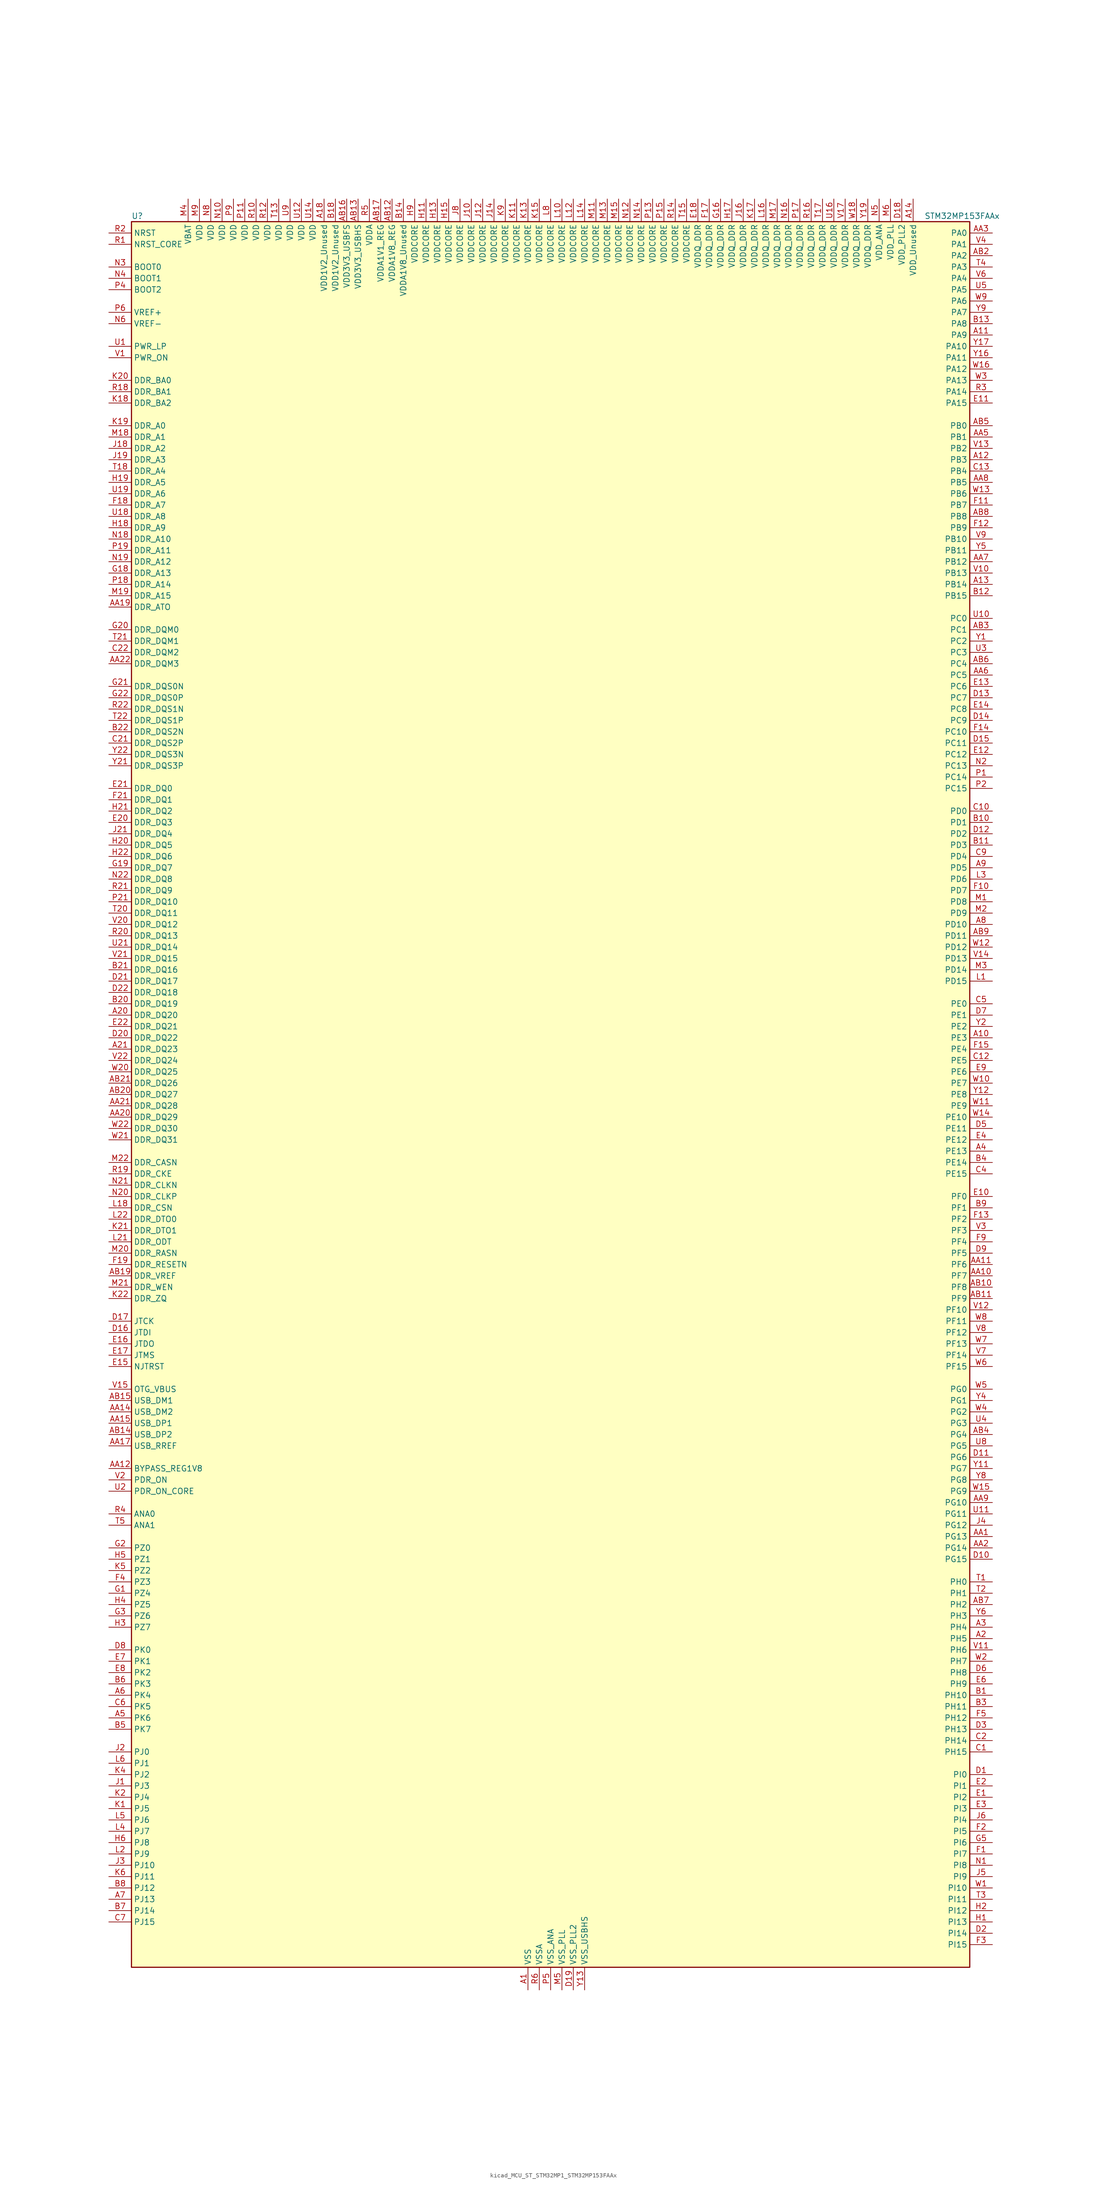
<source format=kicad_sym>
(kicad_symbol_lib
  (version 20220914)
  (generator kicad_symbol_editor)
  (symbol "kicad_MCU_ST_STM32MP1_STM32MP153FAAx"
    (property "Reference" "U"
      (at -93.98 196.85 0)
      (effects (font (size 1.27 1.27)) (justify left)))
    (property "Value" "STM32MP153FAAx"
      (at 83.82 196.85 0)
      (effects (font (size 1.27 1.27)) (justify left)))
    (property "ki_locked" ""
      (at 0 0 0)
      (effects (font (size 1.27 1.27))))
    (symbol "kicad_MCU_ST_STM32MP1_STM32MP153FAAx_0_1"
      (rectangle (start -93.98 -195.58) (end 93.98 195.58) (stroke (width 0.254) (type default)) (fill (type background))))
    (symbol "kicad_MCU_ST_STM32MP1_STM32MP153FAAx_1_1"
      (pin power_in line (at -5.08 -200.66 90) (length 5.08) (name "VSS" (effects (font (size 1.27 1.27)))) (number "A1" (effects (font (size 1.27 1.27)))))
      (pin bidirectional line (at 99.06 12.7 180) (length 5.08) (name "PE3" (effects (font (size 1.27 1.27)))) (number "A10" (effects (font (size 1.27 1.27)))) (alternate "DEBUG_TRACED0" bidirectional line) (alternate "FMC_A19" bidirectional line) (alternate "SAI1_SD_B" bidirectional line) (alternate "SDMMC2_CK" bidirectional line) (alternate "TIM15_BKIN" bidirectional line))
      (pin bidirectional line (at 99.06 170.18 180) (length 5.08) (name "PA9" (effects (font (size 1.27 1.27)))) (number "A11" (effects (font (size 1.27 1.27)))) (alternate "DAC1_EXTI9" bidirectional line) (alternate "DCMI_D0" bidirectional line) (alternate "I2C3_SMBA" bidirectional line) (alternate "I2S2_CK" bidirectional line) (alternate "LTDC_R5" bidirectional line) (alternate "SDMMC2_CDIR" bidirectional line) (alternate "SDMMC2_D5" bidirectional line) (alternate "SPI2_SCK" bidirectional line) (alternate "TIM1_CH2" bidirectional line) (alternate "USART1_TX" bidirectional line))
      (pin bidirectional line (at 99.06 142.24 180) (length 5.08) (name "PB3" (effects (font (size 1.27 1.27)))) (number "A12" (effects (font (size 1.27 1.27)))) (alternate "DEBUG_TRACED9" bidirectional line) (alternate "I2S1_CK" bidirectional line) (alternate "I2S3_CK" bidirectional line) (alternate "SAI4_CK1" bidirectional line) (alternate "SAI4_MCLK_A" bidirectional line) (alternate "SDMMC2_D2" bidirectional line) (alternate "SPI1_SCK" bidirectional line) (alternate "SPI3_SCK" bidirectional line) (alternate "SPI6_SCK" bidirectional line) (alternate "TIM2_CH2" bidirectional line) (alternate "UART7_RX" bidirectional line))
      (pin bidirectional line (at 99.06 114.3 180) (length 5.08) (name "PB14" (effects (font (size 1.27 1.27)))) (number "A13" (effects (font (size 1.27 1.27)))) (alternate "DFSDM1_DATIN2" bidirectional line) (alternate "I2S2_SDI" bidirectional line) (alternate "SDMMC2_D0" bidirectional line) (alternate "SPI2_MISO" bidirectional line) (alternate "TIM12_CH1" bidirectional line) (alternate "TIM1_CH2N" bidirectional line) (alternate "TIM8_CH2N" bidirectional line) (alternate "USART1_TX" bidirectional line) (alternate "USART3_DE" bidirectional line) (alternate "USART3_RTS" bidirectional line))
      (pin power_in line (at 81.28 200.66 270) (length 5.08) (name "VDD_Unused" (effects (font (size 1.27 1.27)))) (number "A14" (effects (font (size 1.27 1.27)))))
      (pin no_connect line (at -93.98 -195.58 0) (length 5.08) hide (name "DNU" (effects (font (size 1.27 1.27)))) (number "A15" (effects (font (size 1.27 1.27)))))
      (pin no_connect line (at -93.98 -193.04 0) (length 5.08) hide (name "DNU" (effects (font (size 1.27 1.27)))) (number "A16" (effects (font (size 1.27 1.27)))))
      (pin no_connect line (at -93.98 -190.5 0) (length 5.08) hide (name "DNU" (effects (font (size 1.27 1.27)))) (number "A17" (effects (font (size 1.27 1.27)))))
      (pin power_in line (at -50.8 200.66 270) (length 5.08) (name "VDD1V2_Unused" (effects (font (size 1.27 1.27)))) (number "A18" (effects (font (size 1.27 1.27)))))
      (pin passive line (at -5.08 -200.66 90) (length 5.08) hide (name "VSS" (effects (font (size 1.27 1.27)))) (number "A19" (effects (font (size 1.27 1.27)))))
      (pin bidirectional line (at 99.06 -121.92 180) (length 5.08) (name "PH5" (effects (font (size 1.27 1.27)))) (number "A2" (effects (font (size 1.27 1.27)))) (alternate "I2C2_SDA" bidirectional line) (alternate "SAI4_SD_B" bidirectional line) (alternate "SPI5_NSS" bidirectional line))
      (pin bidirectional line (at -99.06 17.78 0) (length 5.08) (name "DDR_DQ20" (effects (font (size 1.27 1.27)))) (number "A20" (effects (font (size 1.27 1.27)))) (alternate "DDR_DQ20" bidirectional line))
      (pin bidirectional line (at -99.06 10.16 0) (length 5.08) (name "DDR_DQ23" (effects (font (size 1.27 1.27)))) (number "A21" (effects (font (size 1.27 1.27)))) (alternate "DDR_DQ23" bidirectional line))
      (pin passive line (at -5.08 -200.66 90) (length 5.08) hide (name "VSS" (effects (font (size 1.27 1.27)))) (number "A22" (effects (font (size 1.27 1.27)))))
      (pin bidirectional line (at 99.06 -119.38 180) (length 5.08) (name "PH4" (effects (font (size 1.27 1.27)))) (number "A3" (effects (font (size 1.27 1.27)))) (alternate "I2C2_SCL" bidirectional line) (alternate "LTDC_G4" bidirectional line) (alternate "LTDC_G5" bidirectional line))
      (pin bidirectional line (at 99.06 -12.7 180) (length 5.08) (name "PE13" (effects (font (size 1.27 1.27)))) (number "A4" (effects (font (size 1.27 1.27)))) (alternate "DCMI_D6" bidirectional line) (alternate "DFSDM1_CKIN5" bidirectional line) (alternate "FMC_D10" bidirectional line) (alternate "FMC_DA10" bidirectional line) (alternate "HDP_HDP2" bidirectional line) (alternate "LTDC_DE" bidirectional line) (alternate "SAI2_FS_B" bidirectional line) (alternate "SPI4_MISO" bidirectional line) (alternate "TIM1_CH3" bidirectional line))
      (pin bidirectional line (at -99.06 -139.7 0) (length 5.08) (name "PK6" (effects (font (size 1.27 1.27)))) (number "A5" (effects (font (size 1.27 1.27)))) (alternate "DEBUG_TRACED7" bidirectional line) (alternate "HDP_HDP7" bidirectional line) (alternate "LTDC_B7" bidirectional line))
      (pin bidirectional line (at -99.06 -134.62 0) (length 5.08) (name "PK4" (effects (font (size 1.27 1.27)))) (number "A6" (effects (font (size 1.27 1.27)))) (alternate "LTDC_B5" bidirectional line))
      (pin bidirectional line (at -99.06 -180.34 0) (length 5.08) (name "PJ13" (effects (font (size 1.27 1.27)))) (number "A7" (effects (font (size 1.27 1.27)))) (alternate "LTDC_B1" bidirectional line) (alternate "LTDC_G4" bidirectional line))
      (pin bidirectional line (at 99.06 38.1 180) (length 5.08) (name "PD10" (effects (font (size 1.27 1.27)))) (number "A8" (effects (font (size 1.27 1.27)))) (alternate "DFSDM1_CKOUT" bidirectional line) (alternate "FMC_D15" bidirectional line) (alternate "FMC_DA15" bidirectional line) (alternate "I2C5_SMBA" bidirectional line) (alternate "I2S3_SDI" bidirectional line) (alternate "LTDC_B3" bidirectional line) (alternate "RTC_REFIN" bidirectional line) (alternate "SAI3_FS_B" bidirectional line) (alternate "SPI3_MISO" bidirectional line) (alternate "TIM16_BKIN" bidirectional line) (alternate "USART3_CK" bidirectional line))
      (pin bidirectional line (at 99.06 50.8 180) (length 5.08) (name "PD5" (effects (font (size 1.27 1.27)))) (number "A9" (effects (font (size 1.27 1.27)))) (alternate "FMC_NWE" bidirectional line) (alternate "SDMMC3_D2" bidirectional line) (alternate "USART2_TX" bidirectional line))
      (pin bidirectional line (at 99.06 -99.06 180) (length 5.08) (name "PG13" (effects (font (size 1.27 1.27)))) (number "AA1" (effects (font (size 1.27 1.27)))) (alternate "DEBUG_TRACED0" bidirectional line) (alternate "ETH1_TXD0" bidirectional line) (alternate "FMC_A24" bidirectional line) (alternate "LPTIM1_OUT" bidirectional line) (alternate "LTDC_R0" bidirectional line) (alternate "SAI1_CK2" bidirectional line) (alternate "SAI1_SCK_A" bidirectional line) (alternate "SAI4_CK1" bidirectional line) (alternate "SAI4_MCLK_A" bidirectional line) (alternate "SPI6_SCK" bidirectional line) (alternate "USART6_CTS" bidirectional line) (alternate "USART6_NSS" bidirectional line))
      (pin bidirectional line (at 99.06 -40.64 180) (length 5.08) (name "PF7" (effects (font (size 1.27 1.27)))) (number "AA10" (effects (font (size 1.27 1.27)))) (alternate "QUADSPI_BK1_IO2" bidirectional line) (alternate "SAI1_MCLK_B" bidirectional line) (alternate "SPI5_SCK" bidirectional line) (alternate "TIM17_CH1" bidirectional line) (alternate "UART7_TX" bidirectional line))
      (pin bidirectional line (at 99.06 -38.1 180) (length 5.08) (name "PF6" (effects (font (size 1.27 1.27)))) (number "AA11" (effects (font (size 1.27 1.27)))) (alternate "QUADSPI_BK1_IO3" bidirectional line) (alternate "SAI1_SD_B" bidirectional line) (alternate "SAI4_SCK_B" bidirectional line) (alternate "SPI5_NSS" bidirectional line) (alternate "TIM16_CH1" bidirectional line) (alternate "UART7_RX" bidirectional line))
      (pin bidirectional line (at -99.06 -83.82 0) (length 5.08) (name "BYPASS_REG1V8" (effects (font (size 1.27 1.27)))) (number "AA12" (effects (font (size 1.27 1.27)))))
      (pin passive line (at 7.62 -200.66 90) (length 5.08) hide (name "VSS_USBHS" (effects (font (size 1.27 1.27)))) (number "AA13" (effects (font (size 1.27 1.27)))))
      (pin bidirectional line (at -99.06 -71.12 0) (length 5.08) (name "USB_DM2" (effects (font (size 1.27 1.27)))) (number "AA14" (effects (font (size 1.27 1.27)))) (alternate "USBH_HS2_DM" bidirectional line) (alternate "USB_OTG_HS_DM" bidirectional line))
      (pin bidirectional line (at -99.06 -73.66 0) (length 5.08) (name "USB_DP1" (effects (font (size 1.27 1.27)))) (number "AA15" (effects (font (size 1.27 1.27)))) (alternate "USBH_HS1_DP" bidirectional line))
      (pin passive line (at 7.62 -200.66 90) (length 5.08) hide (name "VSS_USBHS" (effects (font (size 1.27 1.27)))) (number "AA16" (effects (font (size 1.27 1.27)))))
      (pin bidirectional line (at -99.06 -78.74 0) (length 5.08) (name "USB_RREF" (effects (font (size 1.27 1.27)))) (number "AA17" (effects (font (size 1.27 1.27)))))
      (pin passive line (at -5.08 -200.66 90) (length 5.08) hide (name "VSS" (effects (font (size 1.27 1.27)))) (number "AA18" (effects (font (size 1.27 1.27)))))
      (pin bidirectional line (at -99.06 109.22 0) (length 5.08) (name "DDR_ATO" (effects (font (size 1.27 1.27)))) (number "AA19" (effects (font (size 1.27 1.27)))) (alternate "DDR_ATO" bidirectional line))
      (pin bidirectional line (at 99.06 -101.6 180) (length 5.08) (name "PG14" (effects (font (size 1.27 1.27)))) (number "AA2" (effects (font (size 1.27 1.27)))) (alternate "DEBUG_TRACED1" bidirectional line) (alternate "ETH1_TXD1" bidirectional line) (alternate "FMC_A25" bidirectional line) (alternate "LPTIM1_ETR" bidirectional line) (alternate "LTDC_B0" bidirectional line) (alternate "QUADSPI_BK2_IO3" bidirectional line) (alternate "SAI4_D1" bidirectional line) (alternate "SAI4_SD_A" bidirectional line) (alternate "SPI6_MOSI" bidirectional line) (alternate "USART6_TX" bidirectional line))
      (pin bidirectional line (at -99.06 -5.08 0) (length 5.08) (name "DDR_DQ29" (effects (font (size 1.27 1.27)))) (number "AA20" (effects (font (size 1.27 1.27)))) (alternate "DDR_DQ29" bidirectional line))
      (pin bidirectional line (at -99.06 -2.54 0) (length 5.08) (name "DDR_DQ28" (effects (font (size 1.27 1.27)))) (number "AA21" (effects (font (size 1.27 1.27)))) (alternate "DDR_DQ28" bidirectional line))
      (pin bidirectional line (at -99.06 96.52 0) (length 5.08) (name "DDR_DQM3" (effects (font (size 1.27 1.27)))) (number "AA22" (effects (font (size 1.27 1.27)))) (alternate "DDR_DQM3" bidirectional line))
      (pin bidirectional line (at 99.06 193.04 180) (length 5.08) (name "PA0" (effects (font (size 1.27 1.27)))) (number "AA3" (effects (font (size 1.27 1.27)))) (alternate "ADC1_INP16" bidirectional line) (alternate "ETH1_CRS" bidirectional line) (alternate "PWR_WKUP1" bidirectional line) (alternate "SAI2_SD_B" bidirectional line) (alternate "SDMMC2_CMD" bidirectional line) (alternate "TIM15_BKIN" bidirectional line) (alternate "TIM2_CH1" bidirectional line) (alternate "TIM2_ETR" bidirectional line) (alternate "TIM5_CH1" bidirectional line) (alternate "TIM8_ETR" bidirectional line) (alternate "UART4_TX" bidirectional line) (alternate "USART2_CTS" bidirectional line) (alternate "USART2_NSS" bidirectional line))
      (pin passive line (at -5.08 -200.66 90) (length 5.08) hide (name "VSS" (effects (font (size 1.27 1.27)))) (number "AA4" (effects (font (size 1.27 1.27)))))
      (pin bidirectional line (at 99.06 147.32 180) (length 5.08) (name "PB1" (effects (font (size 1.27 1.27)))) (number "AA5" (effects (font (size 1.27 1.27)))) (alternate "ADC1_INP5" bidirectional line) (alternate "ADC2_INP5" bidirectional line) (alternate "DFSDM1_DATIN1" bidirectional line) (alternate "ETH1_RXD3" bidirectional line) (alternate "LTDC_G0" bidirectional line) (alternate "LTDC_R6" bidirectional line) (alternate "TIM1_CH3N" bidirectional line) (alternate "TIM3_CH4" bidirectional line) (alternate "TIM8_CH3N" bidirectional line))
      (pin bidirectional line (at 99.06 93.98 180) (length 5.08) (name "PC5" (effects (font (size 1.27 1.27)))) (number "AA6" (effects (font (size 1.27 1.27)))) (alternate "ADC1_INN4" bidirectional line) (alternate "ADC1_INP8" bidirectional line) (alternate "ADC2_INN4" bidirectional line) (alternate "ADC2_INP8" bidirectional line) (alternate "DFSDM1_DATIN2" bidirectional line) (alternate "ETH1_RXD1" bidirectional line) (alternate "SAI1_D3" bidirectional line) (alternate "SAI1_D4" bidirectional line) (alternate "SAI4_D3" bidirectional line) (alternate "SAI4_D4" bidirectional line) (alternate "SPDIFRX_IN3" bidirectional line))
      (pin bidirectional line (at 99.06 119.38 180) (length 5.08) (name "PB12" (effects (font (size 1.27 1.27)))) (number "AA7" (effects (font (size 1.27 1.27)))) (alternate "DFSDM1_DATIN1" bidirectional line) (alternate "ETH1_TXD0" bidirectional line) (alternate "FDCAN2_RX" bidirectional line) (alternate "I2C2_SMBA" bidirectional line) (alternate "I2C6_SMBA" bidirectional line) (alternate "I2S2_WS" bidirectional line) (alternate "SPI2_NSS" bidirectional line) (alternate "TIM1_BKIN" bidirectional line) (alternate "UART5_RX" bidirectional line) (alternate "USART3_CK" bidirectional line) (alternate "USART3_RX" bidirectional line))
      (pin bidirectional line (at 99.06 137.16 180) (length 5.08) (name "PB5" (effects (font (size 1.27 1.27)))) (number "AA8" (effects (font (size 1.27 1.27)))) (alternate "DCMI_D10" bidirectional line) (alternate "ETH1_CLK" bidirectional line) (alternate "ETH1_PPS_OUT" bidirectional line) (alternate "FDCAN2_RX" bidirectional line) (alternate "I2C1_SMBA" bidirectional line) (alternate "I2C4_SMBA" bidirectional line) (alternate "I2S1_SDO" bidirectional line) (alternate "I2S3_SDO" bidirectional line) (alternate "LTDC_G7" bidirectional line) (alternate "SAI4_D1" bidirectional line) (alternate "SAI4_SD_A" bidirectional line) (alternate "SPI1_MOSI" bidirectional line) (alternate "SPI3_MOSI" bidirectional line) (alternate "SPI6_MOSI" bidirectional line) (alternate "TIM17_BKIN" bidirectional line) (alternate "TIM3_CH2" bidirectional line) (alternate "UART5_RX" bidirectional line))
      (pin bidirectional line (at 99.06 -91.44 180) (length 5.08) (name "PG10" (effects (font (size 1.27 1.27)))) (number "AA9" (effects (font (size 1.27 1.27)))) (alternate "DCMI_D2" bidirectional line) (alternate "DEBUG_TRACED10" bidirectional line) (alternate "FMC_NE3" bidirectional line) (alternate "LTDC_B2" bidirectional line) (alternate "LTDC_G3" bidirectional line) (alternate "QUADSPI_BK2_IO2" bidirectional line) (alternate "SAI2_SD_B" bidirectional line) (alternate "UART8_CTS" bidirectional line))
      (pin passive line (at -5.08 -200.66 90) (length 5.08) hide (name "VSS" (effects (font (size 1.27 1.27)))) (number "AB1" (effects (font (size 1.27 1.27)))))
      (pin bidirectional line (at 99.06 -43.18 180) (length 5.08) (name "PF8" (effects (font (size 1.27 1.27)))) (number "AB10" (effects (font (size 1.27 1.27)))) (alternate "DEBUG_TRACED12" bidirectional line) (alternate "QUADSPI_BK1_IO0" bidirectional line) (alternate "SAI1_SCK_B" bidirectional line) (alternate "SPI5_MISO" bidirectional line) (alternate "TIM13_CH1" bidirectional line) (alternate "TIM16_CH1N" bidirectional line) (alternate "UART7_DE" bidirectional line) (alternate "UART7_RTS" bidirectional line))
      (pin bidirectional line (at 99.06 -45.72 180) (length 5.08) (name "PF9" (effects (font (size 1.27 1.27)))) (number "AB11" (effects (font (size 1.27 1.27)))) (alternate "DAC1_EXTI9" bidirectional line) (alternate "DEBUG_TRACED13" bidirectional line) (alternate "QUADSPI_BK1_IO1" bidirectional line) (alternate "SAI1_FS_B" bidirectional line) (alternate "SPI5_MOSI" bidirectional line) (alternate "TIM14_CH1" bidirectional line) (alternate "TIM17_CH1N" bidirectional line) (alternate "UART7_CTS" bidirectional line))
      (pin power_in line (at -35.56 200.66 270) (length 5.08) (name "VDDA1V8_REG" (effects (font (size 1.27 1.27)))) (number "AB12" (effects (font (size 1.27 1.27)))))
      (pin power_in line (at -43.18 200.66 270) (length 5.08) (name "VDD3V3_USBHS" (effects (font (size 1.27 1.27)))) (number "AB13" (effects (font (size 1.27 1.27)))))
      (pin bidirectional line (at -99.06 -76.2 0) (length 5.08) (name "USB_DP2" (effects (font (size 1.27 1.27)))) (number "AB14" (effects (font (size 1.27 1.27)))) (alternate "USBH_HS2_DP" bidirectional line) (alternate "USB_OTG_HS_DP" bidirectional line))
      (pin bidirectional line (at -99.06 -68.58 0) (length 5.08) (name "USB_DM1" (effects (font (size 1.27 1.27)))) (number "AB15" (effects (font (size 1.27 1.27)))) (alternate "USBH_HS1_DM" bidirectional line))
      (pin power_in line (at -45.72 200.66 270) (length 5.08) (name "VDD3V3_USBFS" (effects (font (size 1.27 1.27)))) (number "AB16" (effects (font (size 1.27 1.27)))))
      (pin power_in line (at -38.1 200.66 270) (length 5.08) (name "VDDA1V1_REG" (effects (font (size 1.27 1.27)))) (number "AB17" (effects (font (size 1.27 1.27)))))
      (pin passive line (at -5.08 -200.66 90) (length 5.08) hide (name "VSS" (effects (font (size 1.27 1.27)))) (number "AB18" (effects (font (size 1.27 1.27)))))
      (pin bidirectional line (at -99.06 -40.64 0) (length 5.08) (name "DDR_VREF" (effects (font (size 1.27 1.27)))) (number "AB19" (effects (font (size 1.27 1.27)))) (alternate "DDR_VREF" bidirectional line))
      (pin bidirectional line (at 99.06 187.96 180) (length 5.08) (name "PA2" (effects (font (size 1.27 1.27)))) (number "AB2" (effects (font (size 1.27 1.27)))) (alternate "ADC1_INP14" bidirectional line) (alternate "ETH1_MDIO" bidirectional line) (alternate "LPTIM4_OUT" bidirectional line) (alternate "LTDC_R1" bidirectional line) (alternate "PWR_WKUP2" bidirectional line) (alternate "SAI2_SCK_B" bidirectional line) (alternate "SDMMC2_D0DIR" bidirectional line) (alternate "TIM15_CH1" bidirectional line) (alternate "TIM2_CH3" bidirectional line) (alternate "TIM5_CH3" bidirectional line) (alternate "USART2_TX" bidirectional line))
      (pin bidirectional line (at -99.06 0 0) (length 5.08) (name "DDR_DQ27" (effects (font (size 1.27 1.27)))) (number "AB20" (effects (font (size 1.27 1.27)))) (alternate "DDR_DQ27" bidirectional line))
      (pin bidirectional line (at -99.06 2.54 0) (length 5.08) (name "DDR_DQ26" (effects (font (size 1.27 1.27)))) (number "AB21" (effects (font (size 1.27 1.27)))) (alternate "DDR_DQ26" bidirectional line))
      (pin passive line (at -5.08 -200.66 90) (length 5.08) hide (name "VSS" (effects (font (size 1.27 1.27)))) (number "AB22" (effects (font (size 1.27 1.27)))))
      (pin bidirectional line (at 99.06 104.14 180) (length 5.08) (name "PC1" (effects (font (size 1.27 1.27)))) (number "AB3" (effects (font (size 1.27 1.27)))) (alternate "ADC1_INN10" bidirectional line) (alternate "ADC1_INP11" bidirectional line) (alternate "ADC2_INN10" bidirectional line) (alternate "ADC2_INP11" bidirectional line) (alternate "DEBUG_TRACED0" bidirectional line) (alternate "DFSDM1_CKIN4" bidirectional line) (alternate "DFSDM1_DATIN0" bidirectional line) (alternate "ETH1_MDC" bidirectional line) (alternate "I2S2_SDO" bidirectional line) (alternate "PWR_WKUP6" bidirectional line) (alternate "SAI1_D1" bidirectional line) (alternate "SAI1_SD_A" bidirectional line) (alternate "SDMMC2_CK" bidirectional line) (alternate "SPI2_MOSI" bidirectional line) (alternate "TAMP_IN3" bidirectional line))
      (pin bidirectional line (at 99.06 -76.2 180) (length 5.08) (name "PG4" (effects (font (size 1.27 1.27)))) (number "AB4" (effects (font (size 1.27 1.27)))) (alternate "ETH1_GTX_CLK" bidirectional line) (alternate "FMC_A14" bidirectional line) (alternate "TIM1_BKIN2" bidirectional line))
      (pin bidirectional line (at 99.06 149.86 180) (length 5.08) (name "PB0" (effects (font (size 1.27 1.27)))) (number "AB5" (effects (font (size 1.27 1.27)))) (alternate "ADC1_INN5" bidirectional line) (alternate "ADC1_INP9" bidirectional line) (alternate "ADC2_INN5" bidirectional line) (alternate "ADC2_INP9" bidirectional line) (alternate "DFSDM1_CKOUT" bidirectional line) (alternate "ETH1_RXD2" bidirectional line) (alternate "LTDC_G1" bidirectional line) (alternate "LTDC_R3" bidirectional line) (alternate "TIM1_CH2N" bidirectional line) (alternate "TIM3_CH3" bidirectional line) (alternate "TIM8_CH2N" bidirectional line) (alternate "UART4_CTS" bidirectional line))
      (pin bidirectional line (at 99.06 96.52 180) (length 5.08) (name "PC4" (effects (font (size 1.27 1.27)))) (number "AB6" (effects (font (size 1.27 1.27)))) (alternate "ADC1_INP4" bidirectional line) (alternate "ADC2_INP4" bidirectional line) (alternate "DFSDM1_CKIN2" bidirectional line) (alternate "ETH1_RXD0" bidirectional line) (alternate "I2S1_MCK" bidirectional line) (alternate "SPDIFRX_IN2" bidirectional line))
      (pin bidirectional line (at 99.06 -114.3 180) (length 5.08) (name "PH2" (effects (font (size 1.27 1.27)))) (number "AB7" (effects (font (size 1.27 1.27)))) (alternate "ETH1_CRS" bidirectional line) (alternate "LPTIM1_IN2" bidirectional line) (alternate "LTDC_R0" bidirectional line) (alternate "QUADSPI_BK2_IO0" bidirectional line) (alternate "SAI2_SCK_B" bidirectional line))
      (pin bidirectional line (at 99.06 129.54 180) (length 5.08) (name "PB8" (effects (font (size 1.27 1.27)))) (number "AB8" (effects (font (size 1.27 1.27)))) (alternate "DCMI_D6" bidirectional line) (alternate "DFSDM1_CKIN7" bidirectional line) (alternate "ETH1_TXD3" bidirectional line) (alternate "FDCAN1_RX" bidirectional line) (alternate "HDP_HDP6" bidirectional line) (alternate "I2C1_SCL" bidirectional line) (alternate "I2C4_SCL" bidirectional line) (alternate "LTDC_B6" bidirectional line) (alternate "SDMMC1_CKIN" bidirectional line) (alternate "SDMMC1_D4" bidirectional line) (alternate "SDMMC2_CKIN" bidirectional line) (alternate "SDMMC2_D4" bidirectional line) (alternate "TIM16_CH1" bidirectional line) (alternate "TIM4_CH3" bidirectional line) (alternate "UART4_RX" bidirectional line))
      (pin bidirectional line (at 99.06 35.56 180) (length 5.08) (name "PD11" (effects (font (size 1.27 1.27)))) (number "AB9" (effects (font (size 1.27 1.27)))) (alternate "ADC1_EXTI11" bidirectional line) (alternate "ADC2_EXTI11" bidirectional line) (alternate "FMC_A16" bidirectional line) (alternate "FMC_CLE" bidirectional line) (alternate "I2C1_SMBA" bidirectional line) (alternate "I2C4_SMBA" bidirectional line) (alternate "LPTIM2_IN2" bidirectional line) (alternate "QUADSPI_BK1_IO0" bidirectional line) (alternate "SAI2_SD_A" bidirectional line) (alternate "USART3_CTS" bidirectional line) (alternate "USART3_NSS" bidirectional line))
      (pin bidirectional line (at 99.06 -134.62 180) (length 5.08) (name "PH10" (effects (font (size 1.27 1.27)))) (number "B1" (effects (font (size 1.27 1.27)))) (alternate "DCMI_D1" bidirectional line) (alternate "I2C1_SMBA" bidirectional line) (alternate "I2C4_SMBA" bidirectional line) (alternate "LTDC_R4" bidirectional line) (alternate "TIM5_CH1" bidirectional line))
      (pin bidirectional line (at 99.06 60.96 180) (length 5.08) (name "PD1" (effects (font (size 1.27 1.27)))) (number "B10" (effects (font (size 1.27 1.27)))) (alternate "DFSDM1_CKIN7" bidirectional line) (alternate "DFSDM1_DATIN6" bidirectional line) (alternate "FDCAN1_TX" bidirectional line) (alternate "FMC_D3" bidirectional line) (alternate "FMC_DA3" bidirectional line) (alternate "I2C5_SCL" bidirectional line) (alternate "I2C6_SCL" bidirectional line) (alternate "SAI3_SD_A" bidirectional line) (alternate "SDMMC3_D0" bidirectional line) (alternate "UART4_TX" bidirectional line))
      (pin bidirectional line (at 99.06 55.88 180) (length 5.08) (name "PD3" (effects (font (size 1.27 1.27)))) (number "B11" (effects (font (size 1.27 1.27)))) (alternate "DCMI_D5" bidirectional line) (alternate "DFSDM1_CKOUT" bidirectional line) (alternate "DFSDM1_DATIN0" bidirectional line) (alternate "FMC_CLK" bidirectional line) (alternate "HDP_HDP5" bidirectional line) (alternate "I2S2_CK" bidirectional line) (alternate "LTDC_G7" bidirectional line) (alternate "SDMMC1_D123DIR" bidirectional line) (alternate "SDMMC1_D7" bidirectional line) (alternate "SDMMC2_D123DIR" bidirectional line) (alternate "SDMMC2_D7" bidirectional line) (alternate "SPI2_SCK" bidirectional line) (alternate "USART2_CTS" bidirectional line) (alternate "USART2_NSS" bidirectional line))
      (pin bidirectional line (at 99.06 111.76 180) (length 5.08) (name "PB15" (effects (font (size 1.27 1.27)))) (number "B12" (effects (font (size 1.27 1.27)))) (alternate "ADC1_EXTI15" bidirectional line) (alternate "ADC2_EXTI15" bidirectional line) (alternate "DFSDM1_CKIN2" bidirectional line) (alternate "I2S2_SDO" bidirectional line) (alternate "RTC_REFIN" bidirectional line) (alternate "SDMMC2_D1" bidirectional line) (alternate "SPI2_MOSI" bidirectional line) (alternate "TIM12_CH2" bidirectional line) (alternate "TIM1_CH3N" bidirectional line) (alternate "TIM8_CH3N" bidirectional line) (alternate "USART1_RX" bidirectional line))
      (pin bidirectional line (at 99.06 172.72 180) (length 5.08) (name "PA8" (effects (font (size 1.27 1.27)))) (number "B13" (effects (font (size 1.27 1.27)))) (alternate "I2C3_SCL" bidirectional line) (alternate "I2S3_SDO" bidirectional line) (alternate "LTDC_R6" bidirectional line) (alternate "RCC_MCO_1" bidirectional line) (alternate "SAI4_SD_B" bidirectional line) (alternate "SDMMC2_CKIN" bidirectional line) (alternate "SDMMC2_D4" bidirectional line) (alternate "SPI3_MOSI" bidirectional line) (alternate "TIM1_CH1" bidirectional line) (alternate "TIM8_BKIN2" bidirectional line) (alternate "UART7_RX" bidirectional line) (alternate "USART1_CK" bidirectional line) (alternate "USB_OTG_HS_SOF" bidirectional line))
      (pin power_in line (at -33.02 200.66 270) (length 5.08) (name "VDDA1V8_Unused" (effects (font (size 1.27 1.27)))) (number "B14" (effects (font (size 1.27 1.27)))))
      (pin no_connect line (at -93.98 -187.96 0) (length 5.08) hide (name "DNU" (effects (font (size 1.27 1.27)))) (number "B15" (effects (font (size 1.27 1.27)))))
      (pin no_connect line (at -93.98 -185.42 0) (length 5.08) hide (name "DNU" (effects (font (size 1.27 1.27)))) (number "B16" (effects (font (size 1.27 1.27)))))
      (pin no_connect line (at -93.98 -182.88 0) (length 5.08) hide (name "DNU" (effects (font (size 1.27 1.27)))) (number "B17" (effects (font (size 1.27 1.27)))))
      (pin power_in line (at -48.26 200.66 270) (length 5.08) (name "VDD1V2_Unused" (effects (font (size 1.27 1.27)))) (number "B18" (effects (font (size 1.27 1.27)))))
      (pin passive line (at -5.08 -200.66 90) (length 5.08) hide (name "VSS" (effects (font (size 1.27 1.27)))) (number "B19" (effects (font (size 1.27 1.27)))))
      (pin passive line (at -5.08 -200.66 90) (length 5.08) hide (name "VSS" (effects (font (size 1.27 1.27)))) (number "B2" (effects (font (size 1.27 1.27)))))
      (pin bidirectional line (at -99.06 20.32 0) (length 5.08) (name "DDR_DQ19" (effects (font (size 1.27 1.27)))) (number "B20" (effects (font (size 1.27 1.27)))) (alternate "DDR_DQ19" bidirectional line))
      (pin bidirectional line (at -99.06 27.94 0) (length 5.08) (name "DDR_DQ16" (effects (font (size 1.27 1.27)))) (number "B21" (effects (font (size 1.27 1.27)))) (alternate "DDR_DQ16" bidirectional line))
      (pin bidirectional line (at -99.06 81.28 0) (length 5.08) (name "DDR_DQS2N" (effects (font (size 1.27 1.27)))) (number "B22" (effects (font (size 1.27 1.27)))) (alternate "DDR_DQS2N" bidirectional line))
      (pin bidirectional line (at 99.06 -137.16 180) (length 5.08) (name "PH11" (effects (font (size 1.27 1.27)))) (number "B3" (effects (font (size 1.27 1.27)))) (alternate "ADC1_EXTI11" bidirectional line) (alternate "ADC2_EXTI11" bidirectional line) (alternate "DCMI_D2" bidirectional line) (alternate "I2C1_SCL" bidirectional line) (alternate "I2C4_SCL" bidirectional line) (alternate "LTDC_R5" bidirectional line) (alternate "TIM5_CH2" bidirectional line))
      (pin bidirectional line (at 99.06 -15.24 180) (length 5.08) (name "PE14" (effects (font (size 1.27 1.27)))) (number "B4" (effects (font (size 1.27 1.27)))) (alternate "FMC_D11" bidirectional line) (alternate "FMC_DA11" bidirectional line) (alternate "LTDC_CLK" bidirectional line) (alternate "LTDC_G0" bidirectional line) (alternate "SAI2_MCLK_B" bidirectional line) (alternate "SDMMC1_D123DIR" bidirectional line) (alternate "SPI4_MOSI" bidirectional line) (alternate "TIM1_CH4" bidirectional line) (alternate "UART8_DE" bidirectional line) (alternate "UART8_RTS" bidirectional line))
      (pin bidirectional line (at -99.06 -142.24 0) (length 5.08) (name "PK7" (effects (font (size 1.27 1.27)))) (number "B5" (effects (font (size 1.27 1.27)))) (alternate "LTDC_DE" bidirectional line))
      (pin bidirectional line (at -99.06 -132.08 0) (length 5.08) (name "PK3" (effects (font (size 1.27 1.27)))) (number "B6" (effects (font (size 1.27 1.27)))) (alternate "LTDC_B4" bidirectional line))
      (pin bidirectional line (at -99.06 -182.88 0) (length 5.08) (name "PJ14" (effects (font (size 1.27 1.27)))) (number "B7" (effects (font (size 1.27 1.27)))) (alternate "LTDC_B2" bidirectional line))
      (pin bidirectional line (at -99.06 -177.8 0) (length 5.08) (name "PJ12" (effects (font (size 1.27 1.27)))) (number "B8" (effects (font (size 1.27 1.27)))) (alternate "LTDC_B0" bidirectional line) (alternate "LTDC_G3" bidirectional line))
      (pin bidirectional line (at 99.06 -25.4 180) (length 5.08) (name "PF1" (effects (font (size 1.27 1.27)))) (number "B9" (effects (font (size 1.27 1.27)))) (alternate "FMC_A1" bidirectional line) (alternate "I2C2_SCL" bidirectional line) (alternate "SDMMC3_CDIR" bidirectional line) (alternate "SDMMC3_CMD" bidirectional line))
      (pin bidirectional line (at 99.06 -147.32 180) (length 5.08) (name "PH15" (effects (font (size 1.27 1.27)))) (number "C1" (effects (font (size 1.27 1.27)))) (alternate "ADC1_EXTI15" bidirectional line) (alternate "ADC2_EXTI15" bidirectional line) (alternate "DCMI_D11" bidirectional line) (alternate "LTDC_G4" bidirectional line) (alternate "TIM8_CH3N" bidirectional line))
      (pin bidirectional line (at 99.06 63.5 180) (length 5.08) (name "PD0" (effects (font (size 1.27 1.27)))) (number "C10" (effects (font (size 1.27 1.27)))) (alternate "DFSDM1_CKIN6" bidirectional line) (alternate "DFSDM1_DATIN7" bidirectional line) (alternate "FDCAN1_RX" bidirectional line) (alternate "FMC_D2" bidirectional line) (alternate "FMC_DA2" bidirectional line) (alternate "I2C5_SDA" bidirectional line) (alternate "I2C6_SDA" bidirectional line) (alternate "SAI3_SCK_A" bidirectional line) (alternate "SDMMC3_CMD" bidirectional line) (alternate "UART4_RX" bidirectional line))
      (pin passive line (at -5.08 -200.66 90) (length 5.08) hide (name "VSS" (effects (font (size 1.27 1.27)))) (number "C11" (effects (font (size 1.27 1.27)))))
      (pin bidirectional line (at 99.06 7.62 180) (length 5.08) (name "PE5" (effects (font (size 1.27 1.27)))) (number "C12" (effects (font (size 1.27 1.27)))) (alternate "DCMI_D6" bidirectional line) (alternate "DEBUG_TRACED3" bidirectional line) (alternate "DFSDM1_CKIN3" bidirectional line) (alternate "FMC_A21" bidirectional line) (alternate "LTDC_G0" bidirectional line) (alternate "SAI1_CK2" bidirectional line) (alternate "SAI1_SCK_A" bidirectional line) (alternate "SDMMC1_D0DIR" bidirectional line) (alternate "SDMMC1_D6" bidirectional line) (alternate "SDMMC2_D0DIR" bidirectional line) (alternate "SDMMC2_D6" bidirectional line) (alternate "SPI4_MISO" bidirectional line) (alternate "TIM15_CH1" bidirectional line))
      (pin bidirectional line (at 99.06 139.7 180) (length 5.08) (name "PB4" (effects (font (size 1.27 1.27)))) (number "C13" (effects (font (size 1.27 1.27)))) (alternate "DEBUG_TRACED8" bidirectional line) (alternate "I2S1_SDI" bidirectional line) (alternate "I2S2_WS" bidirectional line) (alternate "I2S3_SDI" bidirectional line) (alternate "SAI4_CK2" bidirectional line) (alternate "SAI4_SCK_A" bidirectional line) (alternate "SDMMC2_D3" bidirectional line) (alternate "SPI1_MISO" bidirectional line) (alternate "SPI2_NSS" bidirectional line) (alternate "SPI3_MISO" bidirectional line) (alternate "SPI6_MISO" bidirectional line) (alternate "TIM16_BKIN" bidirectional line) (alternate "TIM3_CH1" bidirectional line) (alternate "UART7_TX" bidirectional line))
      (pin passive line (at -5.08 -200.66 90) (length 5.08) hide (name "VSS" (effects (font (size 1.27 1.27)))) (number "C14" (effects (font (size 1.27 1.27)))))
      (pin passive line (at -5.08 -200.66 90) (length 5.08) hide (name "VSS" (effects (font (size 1.27 1.27)))) (number "C15" (effects (font (size 1.27 1.27)))))
      (pin passive line (at -5.08 -200.66 90) (length 5.08) hide (name "VSS" (effects (font (size 1.27 1.27)))) (number "C16" (effects (font (size 1.27 1.27)))))
      (pin passive line (at -5.08 -200.66 90) (length 5.08) hide (name "VSS" (effects (font (size 1.27 1.27)))) (number "C17" (effects (font (size 1.27 1.27)))))
      (pin passive line (at -5.08 -200.66 90) (length 5.08) hide (name "VSS" (effects (font (size 1.27 1.27)))) (number "C18" (effects (font (size 1.27 1.27)))))
      (pin passive line (at -5.08 -200.66 90) (length 5.08) hide (name "VSS" (effects (font (size 1.27 1.27)))) (number "C19" (effects (font (size 1.27 1.27)))))
      (pin bidirectional line (at 99.06 -144.78 180) (length 5.08) (name "PH14" (effects (font (size 1.27 1.27)))) (number "C2" (effects (font (size 1.27 1.27)))) (alternate "DCMI_D4" bidirectional line) (alternate "FDCAN1_RX" bidirectional line) (alternate "LTDC_G3" bidirectional line) (alternate "TIM8_CH2N" bidirectional line) (alternate "UART4_RX" bidirectional line))
      (pin passive line (at -5.08 -200.66 90) (length 5.08) hide (name "VSS" (effects (font (size 1.27 1.27)))) (number "C20" (effects (font (size 1.27 1.27)))))
      (pin bidirectional line (at -99.06 78.74 0) (length 5.08) (name "DDR_DQS2P" (effects (font (size 1.27 1.27)))) (number "C21" (effects (font (size 1.27 1.27)))) (alternate "DDR_DQS2P" bidirectional line))
      (pin bidirectional line (at -99.06 99.06 0) (length 5.08) (name "DDR_DQM2" (effects (font (size 1.27 1.27)))) (number "C22" (effects (font (size 1.27 1.27)))) (alternate "DDR_DQM2" bidirectional line))
      (pin passive line (at -5.08 -200.66 90) (length 5.08) hide (name "VSS" (effects (font (size 1.27 1.27)))) (number "C3" (effects (font (size 1.27 1.27)))))
      (pin bidirectional line (at 99.06 -17.78 180) (length 5.08) (name "PE15" (effects (font (size 1.27 1.27)))) (number "C4" (effects (font (size 1.27 1.27)))) (alternate "ADC1_EXTI15" bidirectional line) (alternate "ADC2_EXTI15" bidirectional line) (alternate "FMC_D12" bidirectional line) (alternate "FMC_DA12" bidirectional line) (alternate "FMC_NCE2" bidirectional line) (alternate "HDP_HDP3" bidirectional line) (alternate "LTDC_R7" bidirectional line) (alternate "TIM15_BKIN" bidirectional line) (alternate "TIM1_BKIN" bidirectional line) (alternate "UART8_CTS" bidirectional line) (alternate "USART2_CTS" bidirectional line) (alternate "USART2_NSS" bidirectional line))
      (pin bidirectional line (at 99.06 20.32 180) (length 5.08) (name "PE0" (effects (font (size 1.27 1.27)))) (number "C5" (effects (font (size 1.27 1.27)))) (alternate "DCMI_D2" bidirectional line) (alternate "FMC_NBL0" bidirectional line) (alternate "I2S3_CK" bidirectional line) (alternate "LPTIM1_ETR" bidirectional line) (alternate "LPTIM2_ETR" bidirectional line) (alternate "SAI2_MCLK_A" bidirectional line) (alternate "SAI4_MCLK_B" bidirectional line) (alternate "SPI3_SCK" bidirectional line) (alternate "TIM4_ETR" bidirectional line) (alternate "UART8_RX" bidirectional line))
      (pin bidirectional line (at -99.06 -137.16 0) (length 5.08) (name "PK5" (effects (font (size 1.27 1.27)))) (number "C6" (effects (font (size 1.27 1.27)))) (alternate "DEBUG_TRACED6" bidirectional line) (alternate "HDP_HDP6" bidirectional line) (alternate "LTDC_B6" bidirectional line))
      (pin bidirectional line (at -99.06 -185.42 0) (length 5.08) (name "PJ15" (effects (font (size 1.27 1.27)))) (number "C7" (effects (font (size 1.27 1.27)))) (alternate "ADC1_EXTI15" bidirectional line) (alternate "ADC2_EXTI15" bidirectional line) (alternate "LTDC_B3" bidirectional line))
      (pin passive line (at -5.08 -200.66 90) (length 5.08) hide (name "VSS" (effects (font (size 1.27 1.27)))) (number "C8" (effects (font (size 1.27 1.27)))))
      (pin bidirectional line (at 99.06 53.34 180) (length 5.08) (name "PD4" (effects (font (size 1.27 1.27)))) (number "C9" (effects (font (size 1.27 1.27)))) (alternate "DFSDM1_CKIN0" bidirectional line) (alternate "FMC_NOE" bidirectional line) (alternate "SAI3_FS_A" bidirectional line) (alternate "SDMMC3_D1" bidirectional line) (alternate "USART2_DE" bidirectional line) (alternate "USART2_RTS" bidirectional line))
      (pin bidirectional line (at 99.06 -152.4 180) (length 5.08) (name "PI0" (effects (font (size 1.27 1.27)))) (number "D1" (effects (font (size 1.27 1.27)))) (alternate "DCMI_D13" bidirectional line) (alternate "I2S2_WS" bidirectional line) (alternate "LTDC_G5" bidirectional line) (alternate "SPI2_NSS" bidirectional line) (alternate "TIM5_CH4" bidirectional line))
      (pin bidirectional line (at 99.06 -104.14 180) (length 5.08) (name "PG15" (effects (font (size 1.27 1.27)))) (number "D10" (effects (font (size 1.27 1.27)))) (alternate "ADC1_EXTI15" bidirectional line) (alternate "ADC2_EXTI15" bidirectional line) (alternate "DCMI_D13" bidirectional line) (alternate "DEBUG_TRACED7" bidirectional line) (alternate "I2C2_SDA" bidirectional line) (alternate "SAI1_D2" bidirectional line) (alternate "SAI1_FS_A" bidirectional line) (alternate "SDMMC3_CK" bidirectional line) (alternate "USART6_CTS" bidirectional line) (alternate "USART6_NSS" bidirectional line))
      (pin bidirectional line (at 99.06 -81.28 180) (length 5.08) (name "PG6" (effects (font (size 1.27 1.27)))) (number "D11" (effects (font (size 1.27 1.27)))) (alternate "DCMI_D12" bidirectional line) (alternate "DEBUG_TRACED14" bidirectional line) (alternate "LTDC_R7" bidirectional line) (alternate "SDMMC2_CMD" bidirectional line) (alternate "TIM17_BKIN" bidirectional line))
      (pin bidirectional line (at 99.06 58.42 180) (length 5.08) (name "PD2" (effects (font (size 1.27 1.27)))) (number "D12" (effects (font (size 1.27 1.27)))) (alternate "DCMI_D11" bidirectional line) (alternate "I2C5_SMBA" bidirectional line) (alternate "SDMMC1_CMD" bidirectional line) (alternate "TIM3_ETR" bidirectional line) (alternate "UART4_RX" bidirectional line) (alternate "UART5_RX" bidirectional line))
      (pin bidirectional line (at 99.06 88.9 180) (length 5.08) (name "PC7" (effects (font (size 1.27 1.27)))) (number "D13" (effects (font (size 1.27 1.27)))) (alternate "DCMI_D1" bidirectional line) (alternate "DFSDM1_DATIN3" bidirectional line) (alternate "HDP_HDP4" bidirectional line) (alternate "I2S3_MCK" bidirectional line) (alternate "LTDC_G6" bidirectional line) (alternate "SDMMC1_D123DIR" bidirectional line) (alternate "SDMMC1_D7" bidirectional line) (alternate "SDMMC2_D123DIR" bidirectional line) (alternate "SDMMC2_D7" bidirectional line) (alternate "TIM3_CH2" bidirectional line) (alternate "TIM8_CH2" bidirectional line) (alternate "USART6_RX" bidirectional line))
      (pin bidirectional line (at 99.06 83.82 180) (length 5.08) (name "PC9" (effects (font (size 1.27 1.27)))) (number "D14" (effects (font (size 1.27 1.27)))) (alternate "DAC1_EXTI9" bidirectional line) (alternate "DCMI_D3" bidirectional line) (alternate "DEBUG_TRACED1" bidirectional line) (alternate "I2C3_SDA" bidirectional line) (alternate "I2S_CKIN" bidirectional line) (alternate "LTDC_B2" bidirectional line) (alternate "QUADSPI_BK1_IO0" bidirectional line) (alternate "SDMMC1_D1" bidirectional line) (alternate "TIM3_CH4" bidirectional line) (alternate "TIM8_CH4" bidirectional line) (alternate "UART5_CTS" bidirectional line))
      (pin bidirectional line (at 99.06 78.74 180) (length 5.08) (name "PC11" (effects (font (size 1.27 1.27)))) (number "D15" (effects (font (size 1.27 1.27)))) (alternate "ADC1_EXTI11" bidirectional line) (alternate "ADC2_EXTI11" bidirectional line) (alternate "DCMI_D4" bidirectional line) (alternate "DEBUG_TRACED3" bidirectional line) (alternate "DFSDM1_DATIN5" bidirectional line) (alternate "I2S3_SDI" bidirectional line) (alternate "QUADSPI_BK2_NCS" bidirectional line) (alternate "SAI4_SCK_B" bidirectional line) (alternate "SDMMC1_D3" bidirectional line) (alternate "SPI3_MISO" bidirectional line) (alternate "UART4_RX" bidirectional line) (alternate "USART3_RX" bidirectional line))
      (pin bidirectional line (at -99.06 -53.34 0) (length 5.08) (name "JTDI" (effects (font (size 1.27 1.27)))) (number "D16" (effects (font (size 1.27 1.27)))) (alternate "DEBUG_JTDI" bidirectional line))
      (pin bidirectional line (at -99.06 -50.8 0) (length 5.08) (name "JTCK" (effects (font (size 1.27 1.27)))) (number "D17" (effects (font (size 1.27 1.27)))) (alternate "DEBUG_JTCK-SWCLK" bidirectional line))
      (pin power_in line (at 78.74 200.66 270) (length 5.08) (name "VDD_PLL2" (effects (font (size 1.27 1.27)))) (number "D18" (effects (font (size 1.27 1.27)))))
      (pin power_in line (at 5.08 -200.66 90) (length 5.08) (name "VSS_PLL2" (effects (font (size 1.27 1.27)))) (number "D19" (effects (font (size 1.27 1.27)))))
      (pin bidirectional line (at 99.06 -187.96 180) (length 5.08) (name "PI14" (effects (font (size 1.27 1.27)))) (number "D2" (effects (font (size 1.27 1.27)))) (alternate "DEBUG_TRACECLK" bidirectional line) (alternate "LTDC_CLK" bidirectional line))
      (pin bidirectional line (at -99.06 12.7 0) (length 5.08) (name "DDR_DQ22" (effects (font (size 1.27 1.27)))) (number "D20" (effects (font (size 1.27 1.27)))) (alternate "DDR_DQ22" bidirectional line))
      (pin bidirectional line (at -99.06 25.4 0) (length 5.08) (name "DDR_DQ17" (effects (font (size 1.27 1.27)))) (number "D21" (effects (font (size 1.27 1.27)))) (alternate "DDR_DQ17" bidirectional line))
      (pin bidirectional line (at -99.06 22.86 0) (length 5.08) (name "DDR_DQ18" (effects (font (size 1.27 1.27)))) (number "D22" (effects (font (size 1.27 1.27)))) (alternate "DDR_DQ18" bidirectional line))
      (pin bidirectional line (at 99.06 -142.24 180) (length 5.08) (name "PH13" (effects (font (size 1.27 1.27)))) (number "D3" (effects (font (size 1.27 1.27)))) (alternate "FDCAN1_TX" bidirectional line) (alternate "LTDC_G2" bidirectional line) (alternate "TIM8_CH1N" bidirectional line) (alternate "UART4_TX" bidirectional line))
      (pin passive line (at -5.08 -200.66 90) (length 5.08) hide (name "VSS" (effects (font (size 1.27 1.27)))) (number "D4" (effects (font (size 1.27 1.27)))))
      (pin bidirectional line (at 99.06 -7.62 180) (length 5.08) (name "PE11" (effects (font (size 1.27 1.27)))) (number "D5" (effects (font (size 1.27 1.27)))) (alternate "ADC1_EXTI11" bidirectional line) (alternate "ADC2_EXTI11" bidirectional line) (alternate "DCMI_D4" bidirectional line) (alternate "DFSDM1_CKIN4" bidirectional line) (alternate "FMC_D8" bidirectional line) (alternate "FMC_DA8" bidirectional line) (alternate "LTDC_G3" bidirectional line) (alternate "SAI2_SD_B" bidirectional line) (alternate "SPI4_NSS" bidirectional line) (alternate "TIM1_CH2" bidirectional line) (alternate "USART6_CK" bidirectional line))
      (pin bidirectional line (at 99.06 -129.54 180) (length 5.08) (name "PH8" (effects (font (size 1.27 1.27)))) (number "D6" (effects (font (size 1.27 1.27)))) (alternate "DCMI_HSYNC" bidirectional line) (alternate "I2C3_SDA" bidirectional line) (alternate "LTDC_R2" bidirectional line) (alternate "TIM5_ETR" bidirectional line))
      (pin bidirectional line (at 99.06 17.78 180) (length 5.08) (name "PE1" (effects (font (size 1.27 1.27)))) (number "D7" (effects (font (size 1.27 1.27)))) (alternate "DCMI_D3" bidirectional line) (alternate "FMC_NBL1" bidirectional line) (alternate "I2S2_MCK" bidirectional line) (alternate "LPTIM1_IN2" bidirectional line) (alternate "SAI3_SD_B" bidirectional line) (alternate "UART8_TX" bidirectional line))
      (pin bidirectional line (at -99.06 -124.46 0) (length 5.08) (name "PK0" (effects (font (size 1.27 1.27)))) (number "D8" (effects (font (size 1.27 1.27)))) (alternate "LTDC_G5" bidirectional line) (alternate "SPI5_SCK" bidirectional line) (alternate "TIM1_CH1N" bidirectional line) (alternate "TIM8_CH3" bidirectional line))
      (pin bidirectional line (at 99.06 -35.56 180) (length 5.08) (name "PF5" (effects (font (size 1.27 1.27)))) (number "D9" (effects (font (size 1.27 1.27)))) (alternate "FMC_A5" bidirectional line) (alternate "SDMMC3_D2" bidirectional line) (alternate "USART2_TX" bidirectional line))
      (pin bidirectional line (at 99.06 -157.48 180) (length 5.08) (name "PI2" (effects (font (size 1.27 1.27)))) (number "E1" (effects (font (size 1.27 1.27)))) (alternate "DCMI_D9" bidirectional line) (alternate "I2S2_SDI" bidirectional line) (alternate "LTDC_G7" bidirectional line) (alternate "SPI2_MISO" bidirectional line) (alternate "TIM8_CH4" bidirectional line))
      (pin bidirectional line (at 99.06 -22.86 180) (length 5.08) (name "PF0" (effects (font (size 1.27 1.27)))) (number "E10" (effects (font (size 1.27 1.27)))) (alternate "FMC_A0" bidirectional line) (alternate "I2C2_SDA" bidirectional line) (alternate "SDMMC3_CKIN" bidirectional line) (alternate "SDMMC3_D0" bidirectional line))
      (pin bidirectional line (at 99.06 154.94 180) (length 5.08) (name "PA15" (effects (font (size 1.27 1.27)))) (number "E11" (effects (font (size 1.27 1.27)))) (alternate "ADC1_EXTI15" bidirectional line) (alternate "ADC2_EXTI15" bidirectional line) (alternate "CEC" bidirectional line) (alternate "DEBUG_DBTRGI" bidirectional line) (alternate "I2S1_WS" bidirectional line) (alternate "I2S3_WS" bidirectional line) (alternate "LTDC_R1" bidirectional line) (alternate "SAI4_D2" bidirectional line) (alternate "SAI4_FS_A" bidirectional line) (alternate "SDMMC1_CDIR" bidirectional line) (alternate "SDMMC1_D5" bidirectional line) (alternate "SDMMC2_CDIR" bidirectional line) (alternate "SDMMC2_D5" bidirectional line) (alternate "SPI1_NSS" bidirectional line) (alternate "SPI3_NSS" bidirectional line) (alternate "SPI6_NSS" bidirectional line) (alternate "TIM2_CH1" bidirectional line) (alternate "TIM2_ETR" bidirectional line) (alternate "UART4_DE" bidirectional line) (alternate "UART4_RTS" bidirectional line) (alternate "UART7_TX" bidirectional line))
      (pin bidirectional line (at 99.06 76.2 180) (length 5.08) (name "PC12" (effects (font (size 1.27 1.27)))) (number "E12" (effects (font (size 1.27 1.27)))) (alternate "DCMI_D9" bidirectional line) (alternate "DEBUG_TRACECLK" bidirectional line) (alternate "I2S3_SDO" bidirectional line) (alternate "RCC_MCO_2" bidirectional line) (alternate "SAI4_D3" bidirectional line) (alternate "SAI4_SD_B" bidirectional line) (alternate "SDMMC1_CK" bidirectional line) (alternate "SPI3_MOSI" bidirectional line) (alternate "UART5_TX" bidirectional line) (alternate "USART3_CK" bidirectional line))
      (pin bidirectional line (at 99.06 91.44 180) (length 5.08) (name "PC6" (effects (font (size 1.27 1.27)))) (number "E13" (effects (font (size 1.27 1.27)))) (alternate "DCMI_D0" bidirectional line) (alternate "DFSDM1_CKIN3" bidirectional line) (alternate "HDP_HDP1" bidirectional line) (alternate "I2S2_MCK" bidirectional line) (alternate "LTDC_HSYNC" bidirectional line) (alternate "SDMMC1_D0DIR" bidirectional line) (alternate "SDMMC1_D6" bidirectional line) (alternate "SDMMC2_D0DIR" bidirectional line) (alternate "SDMMC2_D6" bidirectional line) (alternate "TIM3_CH1" bidirectional line) (alternate "TIM8_CH1" bidirectional line) (alternate "USART6_TX" bidirectional line))
      (pin bidirectional line (at 99.06 86.36 180) (length 5.08) (name "PC8" (effects (font (size 1.27 1.27)))) (number "E14" (effects (font (size 1.27 1.27)))) (alternate "DCMI_D2" bidirectional line) (alternate "DEBUG_TRACED0" bidirectional line) (alternate "SDMMC1_D0" bidirectional line) (alternate "TIM3_CH3" bidirectional line) (alternate "TIM8_CH3" bidirectional line) (alternate "UART4_TX" bidirectional line) (alternate "UART5_DE" bidirectional line) (alternate "UART5_RTS" bidirectional line) (alternate "USART6_CK" bidirectional line))
      (pin bidirectional line (at -99.06 -60.96 0) (length 5.08) (name "NJTRST" (effects (font (size 1.27 1.27)))) (number "E15" (effects (font (size 1.27 1.27)))) (alternate "DEBUG_JTRST" bidirectional line))
      (pin bidirectional line (at -99.06 -55.88 0) (length 5.08) (name "JTDO" (effects (font (size 1.27 1.27)))) (number "E16" (effects (font (size 1.27 1.27)))) (alternate "DEBUG_JTDO-SWO" bidirectional line))
      (pin bidirectional line (at -99.06 -58.42 0) (length 5.08) (name "JTMS" (effects (font (size 1.27 1.27)))) (number "E17" (effects (font (size 1.27 1.27)))) (alternate "DEBUG_JTMS-SWDIO" bidirectional line))
      (pin power_in line (at 33.02 200.66 270) (length 5.08) (name "VDDQ_DDR" (effects (font (size 1.27 1.27)))) (number "E18" (effects (font (size 1.27 1.27)))))
      (pin passive line (at -5.08 -200.66 90) (length 5.08) hide (name "VSS" (effects (font (size 1.27 1.27)))) (number "E19" (effects (font (size 1.27 1.27)))))
      (pin bidirectional line (at 99.06 -154.94 180) (length 5.08) (name "PI1" (effects (font (size 1.27 1.27)))) (number "E2" (effects (font (size 1.27 1.27)))) (alternate "DCMI_D8" bidirectional line) (alternate "I2S2_CK" bidirectional line) (alternate "LTDC_G6" bidirectional line) (alternate "SPI2_SCK" bidirectional line) (alternate "TIM8_BKIN2" bidirectional line))
      (pin bidirectional line (at -99.06 60.96 0) (length 5.08) (name "DDR_DQ3" (effects (font (size 1.27 1.27)))) (number "E20" (effects (font (size 1.27 1.27)))) (alternate "DDR_DQ3" bidirectional line))
      (pin bidirectional line (at -99.06 68.58 0) (length 5.08) (name "DDR_DQ0" (effects (font (size 1.27 1.27)))) (number "E21" (effects (font (size 1.27 1.27)))) (alternate "DDR_DQ0" bidirectional line))
      (pin bidirectional line (at -99.06 15.24 0) (length 5.08) (name "DDR_DQ21" (effects (font (size 1.27 1.27)))) (number "E22" (effects (font (size 1.27 1.27)))) (alternate "DDR_DQ21" bidirectional line))
      (pin bidirectional line (at 99.06 -160.02 180) (length 5.08) (name "PI3" (effects (font (size 1.27 1.27)))) (number "E3" (effects (font (size 1.27 1.27)))) (alternate "DCMI_D10" bidirectional line) (alternate "I2S2_SDO" bidirectional line) (alternate "SPI2_MOSI" bidirectional line) (alternate "TIM8_ETR" bidirectional line))
      (pin bidirectional line (at 99.06 -10.16 180) (length 5.08) (name "PE12" (effects (font (size 1.27 1.27)))) (number "E4" (effects (font (size 1.27 1.27)))) (alternate "DFSDM1_DATIN5" bidirectional line) (alternate "FMC_D9" bidirectional line) (alternate "FMC_DA9" bidirectional line) (alternate "LTDC_B4" bidirectional line) (alternate "SAI2_SCK_B" bidirectional line) (alternate "SDMMC1_D0DIR" bidirectional line) (alternate "SPI4_SCK" bidirectional line) (alternate "TIM1_CH3N" bidirectional line))
      (pin passive line (at -5.08 -200.66 90) (length 5.08) hide (name "VSS" (effects (font (size 1.27 1.27)))) (number "E5" (effects (font (size 1.27 1.27)))))
      (pin bidirectional line (at 99.06 -132.08 180) (length 5.08) (name "PH9" (effects (font (size 1.27 1.27)))) (number "E6" (effects (font (size 1.27 1.27)))) (alternate "DAC1_EXTI9" bidirectional line) (alternate "DCMI_D0" bidirectional line) (alternate "I2C3_SMBA" bidirectional line) (alternate "LTDC_R3" bidirectional line) (alternate "TIM12_CH2" bidirectional line))
      (pin bidirectional line (at -99.06 -127 0) (length 5.08) (name "PK1" (effects (font (size 1.27 1.27)))) (number "E7" (effects (font (size 1.27 1.27)))) (alternate "DEBUG_TRACED4" bidirectional line) (alternate "HDP_HDP4" bidirectional line) (alternate "LTDC_G6" bidirectional line) (alternate "SPI5_NSS" bidirectional line) (alternate "TIM1_CH1" bidirectional line) (alternate "TIM8_CH3N" bidirectional line))
      (pin bidirectional line (at -99.06 -129.54 0) (length 5.08) (name "PK2" (effects (font (size 1.27 1.27)))) (number "E8" (effects (font (size 1.27 1.27)))) (alternate "DEBUG_TRACED5" bidirectional line) (alternate "HDP_HDP5" bidirectional line) (alternate "LTDC_G7" bidirectional line) (alternate "TIM1_BKIN" bidirectional line) (alternate "TIM8_BKIN" bidirectional line))
      (pin bidirectional line (at 99.06 5.08 180) (length 5.08) (name "PE6" (effects (font (size 1.27 1.27)))) (number "E9" (effects (font (size 1.27 1.27)))) (alternate "DCMI_D7" bidirectional line) (alternate "DEBUG_TRACED2" bidirectional line) (alternate "FMC_A22" bidirectional line) (alternate "LTDC_G1" bidirectional line) (alternate "SAI1_D1" bidirectional line) (alternate "SAI1_SD_A" bidirectional line) (alternate "SAI2_MCLK_B" bidirectional line) (alternate "SDMMC1_D2" bidirectional line) (alternate "SDMMC2_D0" bidirectional line) (alternate "SPI4_MOSI" bidirectional line) (alternate "TIM15_CH2" bidirectional line) (alternate "TIM1_BKIN2" bidirectional line))
      (pin bidirectional line (at 99.06 -170.18 180) (length 5.08) (name "PI7" (effects (font (size 1.27 1.27)))) (number "F1" (effects (font (size 1.27 1.27)))) (alternate "DCMI_D7" bidirectional line) (alternate "LTDC_B7" bidirectional line) (alternate "SAI2_FS_A" bidirectional line) (alternate "TIM8_CH3" bidirectional line))
      (pin bidirectional line (at 99.06 45.72 180) (length 5.08) (name "PD7" (effects (font (size 1.27 1.27)))) (number "F10" (effects (font (size 1.27 1.27)))) (alternate "DEBUG_TRACED6" bidirectional line) (alternate "DFSDM1_CKIN1" bidirectional line) (alternate "DFSDM1_DATIN4" bidirectional line) (alternate "FMC_NE1" bidirectional line) (alternate "I2C2_SCL" bidirectional line) (alternate "SDMMC3_D3" bidirectional line) (alternate "SPDIFRX_IN0" bidirectional line) (alternate "USART2_CK" bidirectional line))
      (pin bidirectional line (at 99.06 132.08 180) (length 5.08) (name "PB7" (effects (font (size 1.27 1.27)))) (number "F11" (effects (font (size 1.27 1.27)))) (alternate "DCMI_VSYNC" bidirectional line) (alternate "DFSDM1_CKIN5" bidirectional line) (alternate "FMC_NL" bidirectional line) (alternate "I2C1_SDA" bidirectional line) (alternate "I2C4_SDA" bidirectional line) (alternate "SDMMC2_D1" bidirectional line) (alternate "TIM17_CH1N" bidirectional line) (alternate "TIM4_CH2" bidirectional line) (alternate "USART1_RX" bidirectional line))
      (pin bidirectional line (at 99.06 127 180) (length 5.08) (name "PB9" (effects (font (size 1.27 1.27)))) (number "F12" (effects (font (size 1.27 1.27)))) (alternate "DAC1_EXTI9" bidirectional line) (alternate "DCMI_D7" bidirectional line) (alternate "DFSDM1_DATIN7" bidirectional line) (alternate "FDCAN1_TX" bidirectional line) (alternate "HDP_HDP7" bidirectional line) (alternate "I2C1_SDA" bidirectional line) (alternate "I2C4_SDA" bidirectional line) (alternate "I2S2_WS" bidirectional line) (alternate "LTDC_B7" bidirectional line) (alternate "SDMMC1_CDIR" bidirectional line) (alternate "SDMMC1_D5" bidirectional line) (alternate "SDMMC2_CDIR" bidirectional line) (alternate "SDMMC2_D5" bidirectional line) (alternate "SPI2_NSS" bidirectional line) (alternate "TIM17_CH1" bidirectional line) (alternate "TIM4_CH4" bidirectional line) (alternate "UART4_TX" bidirectional line))
      (pin bidirectional line (at 99.06 -27.94 180) (length 5.08) (name "PF2" (effects (font (size 1.27 1.27)))) (number "F13" (effects (font (size 1.27 1.27)))) (alternate "FMC_A2" bidirectional line) (alternate "I2C2_SMBA" bidirectional line) (alternate "SDMMC1_D0DIR" bidirectional line) (alternate "SDMMC2_D0DIR" bidirectional line) (alternate "SDMMC3_D0DIR" bidirectional line))
      (pin bidirectional line (at 99.06 81.28 180) (length 5.08) (name "PC10" (effects (font (size 1.27 1.27)))) (number "F14" (effects (font (size 1.27 1.27)))) (alternate "DCMI_D8" bidirectional line) (alternate "DEBUG_TRACED2" bidirectional line) (alternate "DFSDM1_CKIN5" bidirectional line) (alternate "I2S3_CK" bidirectional line) (alternate "LTDC_R2" bidirectional line) (alternate "QUADSPI_BK1_IO1" bidirectional line) (alternate "SAI4_MCLK_B" bidirectional line) (alternate "SDMMC1_D2" bidirectional line) (alternate "SPI3_SCK" bidirectional line) (alternate "UART4_TX" bidirectional line) (alternate "USART3_TX" bidirectional line))
      (pin bidirectional line (at 99.06 10.16 180) (length 5.08) (name "PE4" (effects (font (size 1.27 1.27)))) (number "F15" (effects (font (size 1.27 1.27)))) (alternate "DCMI_D4" bidirectional line) (alternate "DEBUG_TRACED1" bidirectional line) (alternate "DFSDM1_DATIN3" bidirectional line) (alternate "FMC_A20" bidirectional line) (alternate "LTDC_B0" bidirectional line) (alternate "SAI1_D2" bidirectional line) (alternate "SAI1_FS_A" bidirectional line) (alternate "SDMMC1_CKIN" bidirectional line) (alternate "SDMMC1_D4" bidirectional line) (alternate "SDMMC2_CKIN" bidirectional line) (alternate "SDMMC2_D4" bidirectional line) (alternate "SPI4_NSS" bidirectional line) (alternate "TIM15_CH1N" bidirectional line))
      (pin passive line (at -5.08 -200.66 90) (length 5.08) hide (name "VSS" (effects (font (size 1.27 1.27)))) (number "F16" (effects (font (size 1.27 1.27)))))
      (pin power_in line (at 35.56 200.66 270) (length 5.08) (name "VDDQ_DDR" (effects (font (size 1.27 1.27)))) (number "F17" (effects (font (size 1.27 1.27)))))
      (pin bidirectional line (at -99.06 132.08 0) (length 5.08) (name "DDR_A7" (effects (font (size 1.27 1.27)))) (number "F18" (effects (font (size 1.27 1.27)))) (alternate "DDR_A7" bidirectional line))
      (pin bidirectional line (at -99.06 -38.1 0) (length 5.08) (name "DDR_RESETN" (effects (font (size 1.27 1.27)))) (number "F19" (effects (font (size 1.27 1.27)))) (alternate "DDR_RESETN" bidirectional line))
      (pin bidirectional line (at 99.06 -165.1 180) (length 5.08) (name "PI5" (effects (font (size 1.27 1.27)))) (number "F2" (effects (font (size 1.27 1.27)))) (alternate "DCMI_VSYNC" bidirectional line) (alternate "LTDC_B5" bidirectional line) (alternate "SAI2_SCK_A" bidirectional line) (alternate "TIM8_CH1" bidirectional line))
      (pin passive line (at -5.08 -200.66 90) (length 5.08) hide (name "VSS" (effects (font (size 1.27 1.27)))) (number "F20" (effects (font (size 1.27 1.27)))))
      (pin bidirectional line (at -99.06 66.04 0) (length 5.08) (name "DDR_DQ1" (effects (font (size 1.27 1.27)))) (number "F21" (effects (font (size 1.27 1.27)))) (alternate "DDR_DQ1" bidirectional line))
      (pin bidirectional line (at 99.06 -190.5 180) (length 5.08) (name "PI15" (effects (font (size 1.27 1.27)))) (number "F3" (effects (font (size 1.27 1.27)))) (alternate "ADC1_EXTI15" bidirectional line) (alternate "ADC2_EXTI15" bidirectional line) (alternate "LTDC_G2" bidirectional line) (alternate "LTDC_R0" bidirectional line))
      (pin bidirectional line (at -99.06 -109.22 0) (length 5.08) (name "PZ3" (effects (font (size 1.27 1.27)))) (number "F4" (effects (font (size 1.27 1.27)))) (alternate "I2C2_SDA" bidirectional line) (alternate "I2C4_SDA" bidirectional line) (alternate "I2C5_SDA" bidirectional line) (alternate "I2C6_SDA" bidirectional line) (alternate "I2S1_WS" bidirectional line) (alternate "SPI1_NSS" bidirectional line) (alternate "SPI6_NSS" bidirectional line) (alternate "USART1_CTS" bidirectional line) (alternate "USART1_NSS" bidirectional line))
      (pin bidirectional line (at 99.06 -139.7 180) (length 5.08) (name "PH12" (effects (font (size 1.27 1.27)))) (number "F5" (effects (font (size 1.27 1.27)))) (alternate "DCMI_D3" bidirectional line) (alternate "HDP_HDP2" bidirectional line) (alternate "I2C1_SDA" bidirectional line) (alternate "I2C4_SDA" bidirectional line) (alternate "LTDC_R6" bidirectional line) (alternate "TIM5_CH3" bidirectional line))
      (pin passive line (at -5.08 -200.66 90) (length 5.08) hide (name "VSS" (effects (font (size 1.27 1.27)))) (number "F6" (effects (font (size 1.27 1.27)))))
      (pin passive line (at -5.08 -200.66 90) (length 5.08) hide (name "VSS" (effects (font (size 1.27 1.27)))) (number "F7" (effects (font (size 1.27 1.27)))))
      (pin passive line (at -5.08 -200.66 90) (length 5.08) hide (name "VSS" (effects (font (size 1.27 1.27)))) (number "F8" (effects (font (size 1.27 1.27)))))
      (pin bidirectional line (at 99.06 -33.02 180) (length 5.08) (name "PF4" (effects (font (size 1.27 1.27)))) (number "F9" (effects (font (size 1.27 1.27)))) (alternate "FMC_A4" bidirectional line) (alternate "SDMMC3_D1" bidirectional line) (alternate "SDMMC3_D123DIR" bidirectional line) (alternate "USART2_RX" bidirectional line))
      (pin bidirectional line (at -99.06 -111.76 0) (length 5.08) (name "PZ4" (effects (font (size 1.27 1.27)))) (number "G1" (effects (font (size 1.27 1.27)))) (alternate "I2C2_SCL" bidirectional line) (alternate "I2C4_SCL" bidirectional line) (alternate "I2C5_SCL" bidirectional line) (alternate "I2C6_SCL" bidirectional line))
      (pin passive line (at -5.08 -200.66 90) (length 5.08) hide (name "VSS" (effects (font (size 1.27 1.27)))) (number "G10" (effects (font (size 1.27 1.27)))))
      (pin passive line (at -5.08 -200.66 90) (length 5.08) hide (name "VSS" (effects (font (size 1.27 1.27)))) (number "G12" (effects (font (size 1.27 1.27)))))
      (pin passive line (at -5.08 -200.66 90) (length 5.08) hide (name "VSS" (effects (font (size 1.27 1.27)))) (number "G14" (effects (font (size 1.27 1.27)))))
      (pin power_in line (at 38.1 200.66 270) (length 5.08) (name "VDDQ_DDR" (effects (font (size 1.27 1.27)))) (number "G16" (effects (font (size 1.27 1.27)))))
      (pin passive line (at -5.08 -200.66 90) (length 5.08) hide (name "VSS" (effects (font (size 1.27 1.27)))) (number "G17" (effects (font (size 1.27 1.27)))))
      (pin bidirectional line (at -99.06 116.84 0) (length 5.08) (name "DDR_A13" (effects (font (size 1.27 1.27)))) (number "G18" (effects (font (size 1.27 1.27)))) (alternate "DDR_A13" bidirectional line))
      (pin bidirectional line (at -99.06 50.8 0) (length 5.08) (name "DDR_DQ7" (effects (font (size 1.27 1.27)))) (number "G19" (effects (font (size 1.27 1.27)))) (alternate "DDR_DQ7" bidirectional line))
      (pin bidirectional line (at -99.06 -101.6 0) (length 5.08) (name "PZ0" (effects (font (size 1.27 1.27)))) (number "G2" (effects (font (size 1.27 1.27)))) (alternate "I2C2_SCL" bidirectional line) (alternate "I2C6_SCL" bidirectional line) (alternate "I2S1_CK" bidirectional line) (alternate "SPI1_SCK" bidirectional line) (alternate "SPI6_SCK" bidirectional line) (alternate "USART1_CK" bidirectional line))
      (pin bidirectional line (at -99.06 104.14 0) (length 5.08) (name "DDR_DQM0" (effects (font (size 1.27 1.27)))) (number "G20" (effects (font (size 1.27 1.27)))) (alternate "DDR_DQM0" bidirectional line))
      (pin bidirectional line (at -99.06 91.44 0) (length 5.08) (name "DDR_DQS0N" (effects (font (size 1.27 1.27)))) (number "G21" (effects (font (size 1.27 1.27)))) (alternate "DDR_DQS0N" bidirectional line))
      (pin bidirectional line (at -99.06 88.9 0) (length 5.08) (name "DDR_DQS0P" (effects (font (size 1.27 1.27)))) (number "G22" (effects (font (size 1.27 1.27)))) (alternate "DDR_DQS0P" bidirectional line))
      (pin bidirectional line (at -99.06 -116.84 0) (length 5.08) (name "PZ6" (effects (font (size 1.27 1.27)))) (number "G3" (effects (font (size 1.27 1.27)))) (alternate "I2C2_SCL" bidirectional line) (alternate "I2C4_SMBA" bidirectional line) (alternate "I2C6_SCL" bidirectional line) (alternate "I2S1_MCK" bidirectional line) (alternate "USART1_CK" bidirectional line) (alternate "USART1_RX" bidirectional line))
      (pin passive line (at -5.08 -200.66 90) (length 5.08) hide (name "VSS" (effects (font (size 1.27 1.27)))) (number "G4" (effects (font (size 1.27 1.27)))))
      (pin bidirectional line (at 99.06 -167.64 180) (length 5.08) (name "PI6" (effects (font (size 1.27 1.27)))) (number "G5" (effects (font (size 1.27 1.27)))) (alternate "DCMI_D6" bidirectional line) (alternate "LTDC_B6" bidirectional line) (alternate "SAI2_SD_A" bidirectional line) (alternate "TIM8_CH2" bidirectional line))
      (pin passive line (at -5.08 -200.66 90) (length 5.08) hide (name "VSS" (effects (font (size 1.27 1.27)))) (number "G6" (effects (font (size 1.27 1.27)))))
      (pin passive line (at -5.08 -200.66 90) (length 5.08) hide (name "VSS" (effects (font (size 1.27 1.27)))) (number "G8" (effects (font (size 1.27 1.27)))))
      (pin bidirectional line (at 99.06 -185.42 180) (length 5.08) (name "PI13" (effects (font (size 1.27 1.27)))) (number "H1" (effects (font (size 1.27 1.27)))) (alternate "DEBUG_TRACED1" bidirectional line) (alternate "HDP_HDP1" bidirectional line) (alternate "LTDC_VSYNC" bidirectional line))
      (pin power_in line (at -27.94 200.66 270) (length 5.08) (name "VDDCORE" (effects (font (size 1.27 1.27)))) (number "H11" (effects (font (size 1.27 1.27)))))
      (pin power_in line (at -25.4 200.66 270) (length 5.08) (name "VDDCORE" (effects (font (size 1.27 1.27)))) (number "H13" (effects (font (size 1.27 1.27)))))
      (pin power_in line (at -22.86 200.66 270) (length 5.08) (name "VDDCORE" (effects (font (size 1.27 1.27)))) (number "H15" (effects (font (size 1.27 1.27)))))
      (pin power_in line (at 40.64 200.66 270) (length 5.08) (name "VDDQ_DDR" (effects (font (size 1.27 1.27)))) (number "H17" (effects (font (size 1.27 1.27)))))
      (pin bidirectional line (at -99.06 127 0) (length 5.08) (name "DDR_A9" (effects (font (size 1.27 1.27)))) (number "H18" (effects (font (size 1.27 1.27)))) (alternate "DDR_A9" bidirectional line))
      (pin bidirectional line (at -99.06 137.16 0) (length 5.08) (name "DDR_A5" (effects (font (size 1.27 1.27)))) (number "H19" (effects (font (size 1.27 1.27)))) (alternate "DDR_A5" bidirectional line))
      (pin bidirectional line (at 99.06 -182.88 180) (length 5.08) (name "PI12" (effects (font (size 1.27 1.27)))) (number "H2" (effects (font (size 1.27 1.27)))) (alternate "DEBUG_TRACED0" bidirectional line) (alternate "HDP_HDP0" bidirectional line) (alternate "LTDC_HSYNC" bidirectional line))
      (pin bidirectional line (at -99.06 55.88 0) (length 5.08) (name "DDR_DQ5" (effects (font (size 1.27 1.27)))) (number "H20" (effects (font (size 1.27 1.27)))) (alternate "DDR_DQ5" bidirectional line))
      (pin bidirectional line (at -99.06 63.5 0) (length 5.08) (name "DDR_DQ2" (effects (font (size 1.27 1.27)))) (number "H21" (effects (font (size 1.27 1.27)))) (alternate "DDR_DQ2" bidirectional line))
      (pin bidirectional line (at -99.06 53.34 0) (length 5.08) (name "DDR_DQ6" (effects (font (size 1.27 1.27)))) (number "H22" (effects (font (size 1.27 1.27)))) (alternate "DDR_DQ6" bidirectional line))
      (pin bidirectional line (at -99.06 -119.38 0) (length 5.08) (name "PZ7" (effects (font (size 1.27 1.27)))) (number "H3" (effects (font (size 1.27 1.27)))) (alternate "I2C2_SDA" bidirectional line) (alternate "I2C6_SDA" bidirectional line) (alternate "USART1_TX" bidirectional line))
      (pin bidirectional line (at -99.06 -114.3 0) (length 5.08) (name "PZ5" (effects (font (size 1.27 1.27)))) (number "H4" (effects (font (size 1.27 1.27)))) (alternate "I2C2_SDA" bidirectional line) (alternate "I2C4_SDA" bidirectional line) (alternate "I2C5_SDA" bidirectional line) (alternate "I2C6_SDA" bidirectional line) (alternate "USART1_DE" bidirectional line) (alternate "USART1_RTS" bidirectional line))
      (pin bidirectional line (at -99.06 -104.14 0) (length 5.08) (name "PZ1" (effects (font (size 1.27 1.27)))) (number "H5" (effects (font (size 1.27 1.27)))) (alternate "I2C2_SDA" bidirectional line) (alternate "I2C4_SDA" bidirectional line) (alternate "I2C5_SDA" bidirectional line) (alternate "I2C6_SDA" bidirectional line) (alternate "I2S1_SDI" bidirectional line) (alternate "SPI1_MISO" bidirectional line) (alternate "SPI6_MISO" bidirectional line) (alternate "USART1_RX" bidirectional line))
      (pin bidirectional line (at -99.06 -167.64 0) (length 5.08) (name "PJ8" (effects (font (size 1.27 1.27)))) (number "H6" (effects (font (size 1.27 1.27)))) (alternate "DEBUG_TRACED14" bidirectional line) (alternate "LTDC_G1" bidirectional line) (alternate "TIM1_CH3N" bidirectional line) (alternate "TIM8_CH1" bidirectional line) (alternate "UART8_TX" bidirectional line))
      (pin passive line (at -5.08 -200.66 90) (length 5.08) hide (name "VSS" (effects (font (size 1.27 1.27)))) (number "H7" (effects (font (size 1.27 1.27)))))
      (pin power_in line (at -30.48 200.66 270) (length 5.08) (name "VDDCORE" (effects (font (size 1.27 1.27)))) (number "H9" (effects (font (size 1.27 1.27)))))
      (pin bidirectional line (at -99.06 -154.94 0) (length 5.08) (name "PJ3" (effects (font (size 1.27 1.27)))) (number "J1" (effects (font (size 1.27 1.27)))) (alternate "DEBUG_TRACED11" bidirectional line) (alternate "LTDC_R4" bidirectional line))
      (pin power_in line (at -17.78 200.66 270) (length 5.08) (name "VDDCORE" (effects (font (size 1.27 1.27)))) (number "J10" (effects (font (size 1.27 1.27)))))
      (pin passive line (at -5.08 -200.66 90) (length 5.08) hide (name "VSS" (effects (font (size 1.27 1.27)))) (number "J11" (effects (font (size 1.27 1.27)))))
      (pin power_in line (at -15.24 200.66 270) (length 5.08) (name "VDDCORE" (effects (font (size 1.27 1.27)))) (number "J12" (effects (font (size 1.27 1.27)))))
      (pin passive line (at -5.08 -200.66 90) (length 5.08) hide (name "VSS" (effects (font (size 1.27 1.27)))) (number "J13" (effects (font (size 1.27 1.27)))))
      (pin power_in line (at -12.7 200.66 270) (length 5.08) (name "VDDCORE" (effects (font (size 1.27 1.27)))) (number "J14" (effects (font (size 1.27 1.27)))))
      (pin power_in line (at 43.18 200.66 270) (length 5.08) (name "VDDQ_DDR" (effects (font (size 1.27 1.27)))) (number "J16" (effects (font (size 1.27 1.27)))))
      (pin passive line (at -5.08 -200.66 90) (length 5.08) hide (name "VSS" (effects (font (size 1.27 1.27)))) (number "J17" (effects (font (size 1.27 1.27)))))
      (pin bidirectional line (at -99.06 144.78 0) (length 5.08) (name "DDR_A2" (effects (font (size 1.27 1.27)))) (number "J18" (effects (font (size 1.27 1.27)))) (alternate "DDR_A2" bidirectional line))
      (pin bidirectional line (at -99.06 142.24 0) (length 5.08) (name "DDR_A3" (effects (font (size 1.27 1.27)))) (number "J19" (effects (font (size 1.27 1.27)))) (alternate "DDR_A3" bidirectional line))
      (pin bidirectional line (at -99.06 -147.32 0) (length 5.08) (name "PJ0" (effects (font (size 1.27 1.27)))) (number "J2" (effects (font (size 1.27 1.27)))) (alternate "DEBUG_TRACED8" bidirectional line) (alternate "LTDC_R1" bidirectional line) (alternate "LTDC_R7" bidirectional line))
      (pin passive line (at -5.08 -200.66 90) (length 5.08) hide (name "VSS" (effects (font (size 1.27 1.27)))) (number "J20" (effects (font (size 1.27 1.27)))))
      (pin bidirectional line (at -99.06 58.42 0) (length 5.08) (name "DDR_DQ4" (effects (font (size 1.27 1.27)))) (number "J21" (effects (font (size 1.27 1.27)))) (alternate "DDR_DQ4" bidirectional line))
      (pin bidirectional line (at -99.06 -172.72 0) (length 5.08) (name "PJ10" (effects (font (size 1.27 1.27)))) (number "J3" (effects (font (size 1.27 1.27)))) (alternate "LTDC_G3" bidirectional line) (alternate "SPI5_MOSI" bidirectional line) (alternate "TIM1_CH2N" bidirectional line) (alternate "TIM8_CH2" bidirectional line))
      (pin bidirectional line (at 99.06 -96.52 180) (length 5.08) (name "PG12" (effects (font (size 1.27 1.27)))) (number "J4" (effects (font (size 1.27 1.27)))) (alternate "ETH1_PHY_INTN" bidirectional line) (alternate "FMC_NE4" bidirectional line) (alternate "LPTIM1_IN1" bidirectional line) (alternate "LTDC_B1" bidirectional line) (alternate "LTDC_B4" bidirectional line) (alternate "SAI4_CK2" bidirectional line) (alternate "SAI4_SCK_A" bidirectional line) (alternate "SPDIFRX_IN1" bidirectional line) (alternate "SPI6_MISO" bidirectional line) (alternate "USART6_DE" bidirectional line) (alternate "USART6_RTS" bidirectional line))
      (pin bidirectional line (at 99.06 -175.26 180) (length 5.08) (name "PI9" (effects (font (size 1.27 1.27)))) (number "J5" (effects (font (size 1.27 1.27)))) (alternate "DAC1_EXTI9" bidirectional line) (alternate "FDCAN1_RX" bidirectional line) (alternate "HDP_HDP1" bidirectional line) (alternate "LTDC_VSYNC" bidirectional line) (alternate "UART4_RX" bidirectional line))
      (pin bidirectional line (at 99.06 -162.56 180) (length 5.08) (name "PI4" (effects (font (size 1.27 1.27)))) (number "J6" (effects (font (size 1.27 1.27)))) (alternate "DCMI_D5" bidirectional line) (alternate "LTDC_B4" bidirectional line) (alternate "SAI2_MCLK_A" bidirectional line) (alternate "TIM8_BKIN" bidirectional line))
      (pin power_in line (at -20.32 200.66 270) (length 5.08) (name "VDDCORE" (effects (font (size 1.27 1.27)))) (number "J8" (effects (font (size 1.27 1.27)))))
      (pin passive line (at -5.08 -200.66 90) (length 5.08) hide (name "VSS" (effects (font (size 1.27 1.27)))) (number "J9" (effects (font (size 1.27 1.27)))))
      (pin bidirectional line (at -99.06 -160.02 0) (length 5.08) (name "PJ5" (effects (font (size 1.27 1.27)))) (number "K1" (effects (font (size 1.27 1.27)))) (alternate "DEBUG_TRACED2" bidirectional line) (alternate "HDP_HDP2" bidirectional line) (alternate "LTDC_R6" bidirectional line))
      (pin passive line (at -5.08 -200.66 90) (length 5.08) hide (name "VSS" (effects (font (size 1.27 1.27)))) (number "K10" (effects (font (size 1.27 1.27)))))
      (pin power_in line (at -7.62 200.66 270) (length 5.08) (name "VDDCORE" (effects (font (size 1.27 1.27)))) (number "K11" (effects (font (size 1.27 1.27)))))
      (pin passive line (at -5.08 -200.66 90) (length 5.08) hide (name "VSS" (effects (font (size 1.27 1.27)))) (number "K12" (effects (font (size 1.27 1.27)))))
      (pin power_in line (at -5.08 200.66 270) (length 5.08) (name "VDDCORE" (effects (font (size 1.27 1.27)))) (number "K13" (effects (font (size 1.27 1.27)))))
      (pin passive line (at -5.08 -200.66 90) (length 5.08) hide (name "VSS" (effects (font (size 1.27 1.27)))) (number "K14" (effects (font (size 1.27 1.27)))))
      (pin power_in line (at -2.54 200.66 270) (length 5.08) (name "VDDCORE" (effects (font (size 1.27 1.27)))) (number "K15" (effects (font (size 1.27 1.27)))))
      (pin power_in line (at 45.72 200.66 270) (length 5.08) (name "VDDQ_DDR" (effects (font (size 1.27 1.27)))) (number "K17" (effects (font (size 1.27 1.27)))))
      (pin bidirectional line (at -99.06 154.94 0) (length 5.08) (name "DDR_BA2" (effects (font (size 1.27 1.27)))) (number "K18" (effects (font (size 1.27 1.27)))) (alternate "DDR_BA2" bidirectional line))
      (pin bidirectional line (at -99.06 149.86 0) (length 5.08) (name "DDR_A0" (effects (font (size 1.27 1.27)))) (number "K19" (effects (font (size 1.27 1.27)))) (alternate "DDR_A0" bidirectional line))
      (pin bidirectional line (at -99.06 -157.48 0) (length 5.08) (name "PJ4" (effects (font (size 1.27 1.27)))) (number "K2" (effects (font (size 1.27 1.27)))) (alternate "DEBUG_TRACED12" bidirectional line) (alternate "LTDC_R5" bidirectional line))
      (pin bidirectional line (at -99.06 160.02 0) (length 5.08) (name "DDR_BA0" (effects (font (size 1.27 1.27)))) (number "K20" (effects (font (size 1.27 1.27)))) (alternate "DDR_BA0" bidirectional line))
      (pin bidirectional line (at -99.06 -30.48 0) (length 5.08) (name "DDR_DTO1" (effects (font (size 1.27 1.27)))) (number "K21" (effects (font (size 1.27 1.27)))) (alternate "DDR_DTO1" bidirectional line))
      (pin bidirectional line (at -99.06 -45.72 0) (length 5.08) (name "DDR_ZQ" (effects (font (size 1.27 1.27)))) (number "K22" (effects (font (size 1.27 1.27)))) (alternate "DDR_ZQ" bidirectional line))
      (pin passive line (at -5.08 -200.66 90) (length 5.08) hide (name "VSS" (effects (font (size 1.27 1.27)))) (number "K3" (effects (font (size 1.27 1.27)))))
      (pin bidirectional line (at -99.06 -152.4 0) (length 5.08) (name "PJ2" (effects (font (size 1.27 1.27)))) (number "K4" (effects (font (size 1.27 1.27)))) (alternate "DEBUG_TRACED10" bidirectional line) (alternate "LTDC_R3" bidirectional line))
      (pin bidirectional line (at -99.06 -106.68 0) (length 5.08) (name "PZ2" (effects (font (size 1.27 1.27)))) (number "K5" (effects (font (size 1.27 1.27)))) (alternate "I2C2_SCL" bidirectional line) (alternate "I2C4_SMBA" bidirectional line) (alternate "I2C5_SMBA" bidirectional line) (alternate "I2C6_SCL" bidirectional line) (alternate "I2S1_SDO" bidirectional line) (alternate "SPI1_MOSI" bidirectional line) (alternate "SPI6_MOSI" bidirectional line) (alternate "USART1_TX" bidirectional line))
      (pin bidirectional line (at -99.06 -175.26 0) (length 5.08) (name "PJ11" (effects (font (size 1.27 1.27)))) (number "K6" (effects (font (size 1.27 1.27)))) (alternate "ADC1_EXTI11" bidirectional line) (alternate "ADC2_EXTI11" bidirectional line) (alternate "LTDC_G4" bidirectional line) (alternate "SPI5_MISO" bidirectional line) (alternate "TIM1_CH2" bidirectional line) (alternate "TIM8_CH2N" bidirectional line))
      (pin passive line (at -5.08 -200.66 90) (length 5.08) hide (name "VSS" (effects (font (size 1.27 1.27)))) (number "K7" (effects (font (size 1.27 1.27)))))
      (pin power_in line (at -10.16 200.66 270) (length 5.08) (name "VDDCORE" (effects (font (size 1.27 1.27)))) (number "K9" (effects (font (size 1.27 1.27)))))
      (pin bidirectional line (at 99.06 25.4 180) (length 5.08) (name "PD15" (effects (font (size 1.27 1.27)))) (number "L1" (effects (font (size 1.27 1.27)))) (alternate "ADC1_EXTI15" bidirectional line) (alternate "ADC2_EXTI15" bidirectional line) (alternate "FMC_D1" bidirectional line) (alternate "FMC_DA1" bidirectional line) (alternate "LTDC_R1" bidirectional line) (alternate "SAI3_MCLK_A" bidirectional line) (alternate "TIM4_CH4" bidirectional line) (alternate "UART8_CTS" bidirectional line))
      (pin power_in line (at 2.54 200.66 270) (length 5.08) (name "VDDCORE" (effects (font (size 1.27 1.27)))) (number "L10" (effects (font (size 1.27 1.27)))))
      (pin passive line (at -5.08 -200.66 90) (length 5.08) hide (name "VSS" (effects (font (size 1.27 1.27)))) (number "L11" (effects (font (size 1.27 1.27)))))
      (pin power_in line (at 5.08 200.66 270) (length 5.08) (name "VDDCORE" (effects (font (size 1.27 1.27)))) (number "L12" (effects (font (size 1.27 1.27)))))
      (pin passive line (at -5.08 -200.66 90) (length 5.08) hide (name "VSS" (effects (font (size 1.27 1.27)))) (number "L13" (effects (font (size 1.27 1.27)))))
      (pin power_in line (at 7.62 200.66 270) (length 5.08) (name "VDDCORE" (effects (font (size 1.27 1.27)))) (number "L14" (effects (font (size 1.27 1.27)))))
      (pin power_in line (at 48.26 200.66 270) (length 5.08) (name "VDDQ_DDR" (effects (font (size 1.27 1.27)))) (number "L16" (effects (font (size 1.27 1.27)))))
      (pin passive line (at -5.08 -200.66 90) (length 5.08) hide (name "VSS" (effects (font (size 1.27 1.27)))) (number "L17" (effects (font (size 1.27 1.27)))))
      (pin bidirectional line (at -99.06 -25.4 0) (length 5.08) (name "DDR_CSN" (effects (font (size 1.27 1.27)))) (number "L18" (effects (font (size 1.27 1.27)))) (alternate "DDR_CSN" bidirectional line))
      (pin passive line (at -5.08 -200.66 90) (length 5.08) hide (name "VSS" (effects (font (size 1.27 1.27)))) (number "L19" (effects (font (size 1.27 1.27)))))
      (pin bidirectional line (at -99.06 -170.18 0) (length 5.08) (name "PJ9" (effects (font (size 1.27 1.27)))) (number "L2" (effects (font (size 1.27 1.27)))) (alternate "DAC1_EXTI9" bidirectional line) (alternate "DEBUG_TRACED15" bidirectional line) (alternate "LTDC_G2" bidirectional line) (alternate "TIM1_CH3" bidirectional line) (alternate "TIM8_CH1N" bidirectional line) (alternate "UART8_RX" bidirectional line))
      (pin passive line (at -5.08 -200.66 90) (length 5.08) hide (name "VSS" (effects (font (size 1.27 1.27)))) (number "L20" (effects (font (size 1.27 1.27)))))
      (pin bidirectional line (at -99.06 -33.02 0) (length 5.08) (name "DDR_ODT" (effects (font (size 1.27 1.27)))) (number "L21" (effects (font (size 1.27 1.27)))) (alternate "DDR_ODT" bidirectional line))
      (pin bidirectional line (at -99.06 -27.94 0) (length 5.08) (name "DDR_DTO0" (effects (font (size 1.27 1.27)))) (number "L22" (effects (font (size 1.27 1.27)))) (alternate "DDR_DTO0" bidirectional line))
      (pin bidirectional line (at 99.06 48.26 180) (length 5.08) (name "PD6" (effects (font (size 1.27 1.27)))) (number "L3" (effects (font (size 1.27 1.27)))) (alternate "DCMI_D10" bidirectional line) (alternate "DFSDM1_CKIN4" bidirectional line) (alternate "DFSDM1_DATIN1" bidirectional line) (alternate "FMC_NWAIT" bidirectional line) (alternate "I2S3_SDO" bidirectional line) (alternate "LTDC_B2" bidirectional line) (alternate "SAI1_D1" bidirectional line) (alternate "SAI1_SD_A" bidirectional line) (alternate "SPI3_MOSI" bidirectional line) (alternate "TIM16_CH1N" bidirectional line) (alternate "USART2_RX" bidirectional line))
      (pin bidirectional line (at -99.06 -165.1 0) (length 5.08) (name "PJ7" (effects (font (size 1.27 1.27)))) (number "L4" (effects (font (size 1.27 1.27)))) (alternate "DEBUG_TRACED13" bidirectional line) (alternate "LTDC_G0" bidirectional line) (alternate "TIM8_CH2N" bidirectional line))
      (pin bidirectional line (at -99.06 -162.56 0) (length 5.08) (name "PJ6" (effects (font (size 1.27 1.27)))) (number "L5" (effects (font (size 1.27 1.27)))) (alternate "DEBUG_TRACED3" bidirectional line) (alternate "HDP_HDP3" bidirectional line) (alternate "LTDC_R7" bidirectional line) (alternate "TIM8_CH2" bidirectional line))
      (pin bidirectional line (at -99.06 -149.86 0) (length 5.08) (name "PJ1" (effects (font (size 1.27 1.27)))) (number "L6" (effects (font (size 1.27 1.27)))) (alternate "DEBUG_TRACED9" bidirectional line) (alternate "LTDC_R2" bidirectional line))
      (pin power_in line (at 0 200.66 270) (length 5.08) (name "VDDCORE" (effects (font (size 1.27 1.27)))) (number "L8" (effects (font (size 1.27 1.27)))))
      (pin passive line (at -5.08 -200.66 90) (length 5.08) hide (name "VSS" (effects (font (size 1.27 1.27)))) (number "L9" (effects (font (size 1.27 1.27)))))
      (pin bidirectional line (at 99.06 43.18 180) (length 5.08) (name "PD8" (effects (font (size 1.27 1.27)))) (number "M1" (effects (font (size 1.27 1.27)))) (alternate "DFSDM1_CKIN3" bidirectional line) (alternate "FMC_D13" bidirectional line) (alternate "FMC_DA13" bidirectional line) (alternate "LTDC_B7" bidirectional line) (alternate "SAI3_SCK_B" bidirectional line) (alternate "SPDIFRX_IN1" bidirectional line) (alternate "USART3_TX" bidirectional line))
      (pin passive line (at -5.08 -200.66 90) (length 5.08) hide (name "VSS" (effects (font (size 1.27 1.27)))) (number "M10" (effects (font (size 1.27 1.27)))))
      (pin power_in line (at 10.16 200.66 270) (length 5.08) (name "VDDCORE" (effects (font (size 1.27 1.27)))) (number "M11" (effects (font (size 1.27 1.27)))))
      (pin passive line (at -5.08 -200.66 90) (length 5.08) hide (name "VSS" (effects (font (size 1.27 1.27)))) (number "M12" (effects (font (size 1.27 1.27)))))
      (pin power_in line (at 12.7 200.66 270) (length 5.08) (name "VDDCORE" (effects (font (size 1.27 1.27)))) (number "M13" (effects (font (size 1.27 1.27)))))
      (pin passive line (at -5.08 -200.66 90) (length 5.08) hide (name "VSS" (effects (font (size 1.27 1.27)))) (number "M14" (effects (font (size 1.27 1.27)))))
      (pin power_in line (at 15.24 200.66 270) (length 5.08) (name "VDDCORE" (effects (font (size 1.27 1.27)))) (number "M15" (effects (font (size 1.27 1.27)))))
      (pin power_in line (at 50.8 200.66 270) (length 5.08) (name "VDDQ_DDR" (effects (font (size 1.27 1.27)))) (number "M17" (effects (font (size 1.27 1.27)))))
      (pin bidirectional line (at -99.06 147.32 0) (length 5.08) (name "DDR_A1" (effects (font (size 1.27 1.27)))) (number "M18" (effects (font (size 1.27 1.27)))) (alternate "DDR_A1" bidirectional line))
      (pin bidirectional line (at -99.06 111.76 0) (length 5.08) (name "DDR_A15" (effects (font (size 1.27 1.27)))) (number "M19" (effects (font (size 1.27 1.27)))) (alternate "DDR_A15" bidirectional line))
      (pin bidirectional line (at 99.06 40.64 180) (length 5.08) (name "PD9" (effects (font (size 1.27 1.27)))) (number "M2" (effects (font (size 1.27 1.27)))) (alternate "DAC1_EXTI9" bidirectional line) (alternate "DCMI_HSYNC" bidirectional line) (alternate "DFSDM1_DATIN3" bidirectional line) (alternate "FMC_D14" bidirectional line) (alternate "FMC_DA14" bidirectional line) (alternate "LTDC_B0" bidirectional line) (alternate "SAI3_SD_B" bidirectional line) (alternate "USART3_RX" bidirectional line))
      (pin bidirectional line (at -99.06 -35.56 0) (length 5.08) (name "DDR_RASN" (effects (font (size 1.27 1.27)))) (number "M20" (effects (font (size 1.27 1.27)))) (alternate "DDR_RASN" bidirectional line))
      (pin bidirectional line (at -99.06 -43.18 0) (length 5.08) (name "DDR_WEN" (effects (font (size 1.27 1.27)))) (number "M21" (effects (font (size 1.27 1.27)))) (alternate "DDR_WEN" bidirectional line))
      (pin bidirectional line (at -99.06 -15.24 0) (length 5.08) (name "DDR_CASN" (effects (font (size 1.27 1.27)))) (number "M22" (effects (font (size 1.27 1.27)))) (alternate "DDR_CASN" bidirectional line))
      (pin bidirectional line (at 99.06 27.94 180) (length 5.08) (name "PD14" (effects (font (size 1.27 1.27)))) (number "M3" (effects (font (size 1.27 1.27)))) (alternate "FMC_D0" bidirectional line) (alternate "FMC_DA0" bidirectional line) (alternate "SAI3_MCLK_B" bidirectional line) (alternate "TIM4_CH3" bidirectional line) (alternate "UART8_CTS" bidirectional line))
      (pin power_in line (at -81.28 200.66 270) (length 5.08) (name "VBAT" (effects (font (size 1.27 1.27)))) (number "M4" (effects (font (size 1.27 1.27)))))
      (pin power_in line (at 2.54 -200.66 90) (length 5.08) (name "VSS_PLL" (effects (font (size 1.27 1.27)))) (number "M5" (effects (font (size 1.27 1.27)))))
      (pin power_in line (at 76.2 200.66 270) (length 5.08) (name "VDD_PLL" (effects (font (size 1.27 1.27)))) (number "M6" (effects (font (size 1.27 1.27)))))
      (pin passive line (at -5.08 -200.66 90) (length 5.08) hide (name "VSS" (effects (font (size 1.27 1.27)))) (number "M7" (effects (font (size 1.27 1.27)))))
      (pin power_in line (at -78.74 200.66 270) (length 5.08) (name "VDD" (effects (font (size 1.27 1.27)))) (number "M9" (effects (font (size 1.27 1.27)))))
      (pin bidirectional line (at 99.06 -172.72 180) (length 5.08) (name "PI8" (effects (font (size 1.27 1.27)))) (number "N1" (effects (font (size 1.27 1.27)))) (alternate "PWR_WKUP4" bidirectional line) (alternate "RTC_LSCO" bidirectional line) (alternate "TAMP_IN2" bidirectional line) (alternate "TAMP_OUT3" bidirectional line))
      (pin power_in line (at -73.66 200.66 270) (length 5.08) (name "VDD" (effects (font (size 1.27 1.27)))) (number "N10" (effects (font (size 1.27 1.27)))))
      (pin passive line (at -5.08 -200.66 90) (length 5.08) hide (name "VSS" (effects (font (size 1.27 1.27)))) (number "N11" (effects (font (size 1.27 1.27)))))
      (pin power_in line (at 17.78 200.66 270) (length 5.08) (name "VDDCORE" (effects (font (size 1.27 1.27)))) (number "N12" (effects (font (size 1.27 1.27)))))
      (pin passive line (at -5.08 -200.66 90) (length 5.08) hide (name "VSS" (effects (font (size 1.27 1.27)))) (number "N13" (effects (font (size 1.27 1.27)))))
      (pin power_in line (at 20.32 200.66 270) (length 5.08) (name "VDDCORE" (effects (font (size 1.27 1.27)))) (number "N14" (effects (font (size 1.27 1.27)))))
      (pin power_in line (at 53.34 200.66 270) (length 5.08) (name "VDDQ_DDR" (effects (font (size 1.27 1.27)))) (number "N16" (effects (font (size 1.27 1.27)))))
      (pin passive line (at -5.08 -200.66 90) (length 5.08) hide (name "VSS" (effects (font (size 1.27 1.27)))) (number "N17" (effects (font (size 1.27 1.27)))))
      (pin bidirectional line (at -99.06 124.46 0) (length 5.08) (name "DDR_A10" (effects (font (size 1.27 1.27)))) (number "N18" (effects (font (size 1.27 1.27)))) (alternate "DDR_A10" bidirectional line))
      (pin bidirectional line (at -99.06 119.38 0) (length 5.08) (name "DDR_A12" (effects (font (size 1.27 1.27)))) (number "N19" (effects (font (size 1.27 1.27)))) (alternate "DDR_A12" bidirectional line))
      (pin bidirectional line (at 99.06 73.66 180) (length 5.08) (name "PC13" (effects (font (size 1.27 1.27)))) (number "N2" (effects (font (size 1.27 1.27)))) (alternate "PWR_WKUP3" bidirectional line) (alternate "RTC_LSCO" bidirectional line) (alternate "RTC_TS" bidirectional line) (alternate "TAMP_IN1" bidirectional line) (alternate "TAMP_OUT2" bidirectional line) (alternate "TAMP_OUT3" bidirectional line))
      (pin bidirectional line (at -99.06 -22.86 0) (length 5.08) (name "DDR_CLKP" (effects (font (size 1.27 1.27)))) (number "N20" (effects (font (size 1.27 1.27)))) (alternate "DDR_CLKP" bidirectional line))
      (pin bidirectional line (at -99.06 -20.32 0) (length 5.08) (name "DDR_CLKN" (effects (font (size 1.27 1.27)))) (number "N21" (effects (font (size 1.27 1.27)))) (alternate "DDR_CLKN" bidirectional line))
      (pin bidirectional line (at -99.06 48.26 0) (length 5.08) (name "DDR_DQ8" (effects (font (size 1.27 1.27)))) (number "N22" (effects (font (size 1.27 1.27)))) (alternate "DDR_DQ8" bidirectional line))
      (pin input line (at -99.06 185.42 0) (length 5.08) (name "BOOT0" (effects (font (size 1.27 1.27)))) (number "N3" (effects (font (size 1.27 1.27)))))
      (pin input line (at -99.06 182.88 0) (length 5.08) (name "BOOT1" (effects (font (size 1.27 1.27)))) (number "N4" (effects (font (size 1.27 1.27)))))
      (pin power_in line (at 73.66 200.66 270) (length 5.08) (name "VDD_ANA" (effects (font (size 1.27 1.27)))) (number "N5" (effects (font (size 1.27 1.27)))))
      (pin input line (at -99.06 172.72 0) (length 5.08) (name "VREF-" (effects (font (size 1.27 1.27)))) (number "N6" (effects (font (size 1.27 1.27)))))
      (pin power_in line (at -76.2 200.66 270) (length 5.08) (name "VDD" (effects (font (size 1.27 1.27)))) (number "N8" (effects (font (size 1.27 1.27)))))
      (pin passive line (at -5.08 -200.66 90) (length 5.08) hide (name "VSS" (effects (font (size 1.27 1.27)))) (number "N9" (effects (font (size 1.27 1.27)))))
      (pin bidirectional line (at 99.06 71.12 180) (length 5.08) (name "PC14" (effects (font (size 1.27 1.27)))) (number "P1" (effects (font (size 1.27 1.27)))) (alternate "RCC_OSC32_IN" bidirectional line))
      (pin passive line (at -5.08 -200.66 90) (length 5.08) hide (name "VSS" (effects (font (size 1.27 1.27)))) (number "P10" (effects (font (size 1.27 1.27)))))
      (pin power_in line (at -68.58 200.66 270) (length 5.08) (name "VDD" (effects (font (size 1.27 1.27)))) (number "P11" (effects (font (size 1.27 1.27)))))
      (pin passive line (at -5.08 -200.66 90) (length 5.08) hide (name "VSS" (effects (font (size 1.27 1.27)))) (number "P12" (effects (font (size 1.27 1.27)))))
      (pin power_in line (at 22.86 200.66 270) (length 5.08) (name "VDDCORE" (effects (font (size 1.27 1.27)))) (number "P13" (effects (font (size 1.27 1.27)))))
      (pin passive line (at -5.08 -200.66 90) (length 5.08) hide (name "VSS" (effects (font (size 1.27 1.27)))) (number "P14" (effects (font (size 1.27 1.27)))))
      (pin power_in line (at 25.4 200.66 270) (length 5.08) (name "VDDCORE" (effects (font (size 1.27 1.27)))) (number "P15" (effects (font (size 1.27 1.27)))))
      (pin power_in line (at 55.88 200.66 270) (length 5.08) (name "VDDQ_DDR" (effects (font (size 1.27 1.27)))) (number "P17" (effects (font (size 1.27 1.27)))))
      (pin bidirectional line (at -99.06 114.3 0) (length 5.08) (name "DDR_A14" (effects (font (size 1.27 1.27)))) (number "P18" (effects (font (size 1.27 1.27)))) (alternate "DDR_A14" bidirectional line))
      (pin bidirectional line (at -99.06 121.92 0) (length 5.08) (name "DDR_A11" (effects (font (size 1.27 1.27)))) (number "P19" (effects (font (size 1.27 1.27)))) (alternate "DDR_A11" bidirectional line))
      (pin bidirectional line (at 99.06 68.58 180) (length 5.08) (name "PC15" (effects (font (size 1.27 1.27)))) (number "P2" (effects (font (size 1.27 1.27)))) (alternate "ADC1_EXTI15" bidirectional line) (alternate "ADC2_EXTI15" bidirectional line) (alternate "RCC_OSC32_OUT" bidirectional line))
      (pin passive line (at -5.08 -200.66 90) (length 5.08) hide (name "VSS" (effects (font (size 1.27 1.27)))) (number "P20" (effects (font (size 1.27 1.27)))))
      (pin bidirectional line (at -99.06 43.18 0) (length 5.08) (name "DDR_DQ10" (effects (font (size 1.27 1.27)))) (number "P21" (effects (font (size 1.27 1.27)))) (alternate "DDR_DQ10" bidirectional line))
      (pin passive line (at -5.08 -200.66 90) (length 5.08) hide (name "VSS" (effects (font (size 1.27 1.27)))) (number "P3" (effects (font (size 1.27 1.27)))))
      (pin input line (at -99.06 180.34 0) (length 5.08) (name "BOOT2" (effects (font (size 1.27 1.27)))) (number "P4" (effects (font (size 1.27 1.27)))))
      (pin power_in line (at 0 -200.66 90) (length 5.08) (name "VSS_ANA" (effects (font (size 1.27 1.27)))) (number "P5" (effects (font (size 1.27 1.27)))))
      (pin input line (at -99.06 175.26 0) (length 5.08) (name "VREF+" (effects (font (size 1.27 1.27)))) (number "P6" (effects (font (size 1.27 1.27)))))
      (pin passive line (at -5.08 -200.66 90) (length 5.08) hide (name "VSS" (effects (font (size 1.27 1.27)))) (number "P7" (effects (font (size 1.27 1.27)))))
      (pin power_in line (at -71.12 200.66 270) (length 5.08) (name "VDD" (effects (font (size 1.27 1.27)))) (number "P9" (effects (font (size 1.27 1.27)))))
      (pin input line (at -99.06 190.5 0) (length 5.08) (name "NRST_CORE" (effects (font (size 1.27 1.27)))) (number "R1" (effects (font (size 1.27 1.27)))))
      (pin power_in line (at -66.04 200.66 270) (length 5.08) (name "VDD" (effects (font (size 1.27 1.27)))) (number "R10" (effects (font (size 1.27 1.27)))))
      (pin power_in line (at -63.5 200.66 270) (length 5.08) (name "VDD" (effects (font (size 1.27 1.27)))) (number "R12" (effects (font (size 1.27 1.27)))))
      (pin power_in line (at 27.94 200.66 270) (length 5.08) (name "VDDCORE" (effects (font (size 1.27 1.27)))) (number "R14" (effects (font (size 1.27 1.27)))))
      (pin power_in line (at 58.42 200.66 270) (length 5.08) (name "VDDQ_DDR" (effects (font (size 1.27 1.27)))) (number "R16" (effects (font (size 1.27 1.27)))))
      (pin passive line (at -5.08 -200.66 90) (length 5.08) hide (name "VSS" (effects (font (size 1.27 1.27)))) (number "R17" (effects (font (size 1.27 1.27)))))
      (pin bidirectional line (at -99.06 157.48 0) (length 5.08) (name "DDR_BA1" (effects (font (size 1.27 1.27)))) (number "R18" (effects (font (size 1.27 1.27)))) (alternate "DDR_BA1" bidirectional line))
      (pin bidirectional line (at -99.06 -17.78 0) (length 5.08) (name "DDR_CKE" (effects (font (size 1.27 1.27)))) (number "R19" (effects (font (size 1.27 1.27)))) (alternate "DDR_CKE" bidirectional line))
      (pin input line (at -99.06 193.04 0) (length 5.08) (name "NRST" (effects (font (size 1.27 1.27)))) (number "R2" (effects (font (size 1.27 1.27)))))
      (pin bidirectional line (at -99.06 35.56 0) (length 5.08) (name "DDR_DQ13" (effects (font (size 1.27 1.27)))) (number "R20" (effects (font (size 1.27 1.27)))) (alternate "DDR_DQ13" bidirectional line))
      (pin bidirectional line (at -99.06 45.72 0) (length 5.08) (name "DDR_DQ9" (effects (font (size 1.27 1.27)))) (number "R21" (effects (font (size 1.27 1.27)))) (alternate "DDR_DQ9" bidirectional line))
      (pin bidirectional line (at -99.06 86.36 0) (length 5.08) (name "DDR_DQS1N" (effects (font (size 1.27 1.27)))) (number "R22" (effects (font (size 1.27 1.27)))) (alternate "DDR_DQS1N" bidirectional line))
      (pin bidirectional line (at 99.06 157.48 180) (length 5.08) (name "PA14" (effects (font (size 1.27 1.27)))) (number "R3" (effects (font (size 1.27 1.27)))) (alternate "DEBUG_DBTRGI" bidirectional line) (alternate "DEBUG_DBTRGO" bidirectional line) (alternate "RCC_MCO_2" bidirectional line))
      (pin bidirectional line (at -99.06 -93.98 0) (length 5.08) (name "ANA0" (effects (font (size 1.27 1.27)))) (number "R4" (effects (font (size 1.27 1.27)))) (alternate "ADC1_INN1" bidirectional line) (alternate "ADC1_INP0" bidirectional line) (alternate "ADC2_INN1" bidirectional line) (alternate "ADC2_INP0" bidirectional line))
      (pin power_in line (at -40.64 200.66 270) (length 5.08) (name "VDDA" (effects (font (size 1.27 1.27)))) (number "R5" (effects (font (size 1.27 1.27)))))
      (pin power_in line (at -2.54 -200.66 90) (length 5.08) (name "VSSA" (effects (font (size 1.27 1.27)))) (number "R6" (effects (font (size 1.27 1.27)))))
      (pin passive line (at -5.08 -200.66 90) (length 5.08) hide (name "VSS" (effects (font (size 1.27 1.27)))) (number "R8" (effects (font (size 1.27 1.27)))))
      (pin bidirectional line (at 99.06 -109.22 180) (length 5.08) (name "PH0" (effects (font (size 1.27 1.27)))) (number "T1" (effects (font (size 1.27 1.27)))) (alternate "RCC_OSC_IN" bidirectional line))
      (pin passive line (at -5.08 -200.66 90) (length 5.08) hide (name "VSS" (effects (font (size 1.27 1.27)))) (number "T11" (effects (font (size 1.27 1.27)))))
      (pin power_in line (at -60.96 200.66 270) (length 5.08) (name "VDD" (effects (font (size 1.27 1.27)))) (number "T13" (effects (font (size 1.27 1.27)))))
      (pin power_in line (at 30.48 200.66 270) (length 5.08) (name "VDDCORE" (effects (font (size 1.27 1.27)))) (number "T15" (effects (font (size 1.27 1.27)))))
      (pin power_in line (at 60.96 200.66 270) (length 5.08) (name "VDDQ_DDR" (effects (font (size 1.27 1.27)))) (number "T17" (effects (font (size 1.27 1.27)))))
      (pin bidirectional line (at -99.06 139.7 0) (length 5.08) (name "DDR_A4" (effects (font (size 1.27 1.27)))) (number "T18" (effects (font (size 1.27 1.27)))) (alternate "DDR_A4" bidirectional line))
      (pin passive line (at -5.08 -200.66 90) (length 5.08) hide (name "VSS" (effects (font (size 1.27 1.27)))) (number "T19" (effects (font (size 1.27 1.27)))))
      (pin bidirectional line (at 99.06 -111.76 180) (length 5.08) (name "PH1" (effects (font (size 1.27 1.27)))) (number "T2" (effects (font (size 1.27 1.27)))) (alternate "RCC_OSC_OUT" bidirectional line))
      (pin bidirectional line (at -99.06 40.64 0) (length 5.08) (name "DDR_DQ11" (effects (font (size 1.27 1.27)))) (number "T20" (effects (font (size 1.27 1.27)))) (alternate "DDR_DQ11" bidirectional line))
      (pin bidirectional line (at -99.06 101.6 0) (length 5.08) (name "DDR_DQM1" (effects (font (size 1.27 1.27)))) (number "T21" (effects (font (size 1.27 1.27)))) (alternate "DDR_DQM1" bidirectional line))
      (pin bidirectional line (at -99.06 83.82 0) (length 5.08) (name "DDR_DQS1P" (effects (font (size 1.27 1.27)))) (number "T22" (effects (font (size 1.27 1.27)))) (alternate "DDR_DQS1P" bidirectional line))
      (pin bidirectional line (at 99.06 -180.34 180) (length 5.08) (name "PI11" (effects (font (size 1.27 1.27)))) (number "T3" (effects (font (size 1.27 1.27)))) (alternate "ADC1_EXTI11" bidirectional line) (alternate "ADC2_EXTI11" bidirectional line) (alternate "I2S_CKIN" bidirectional line) (alternate "LTDC_G6" bidirectional line) (alternate "PWR_WKUP5" bidirectional line) (alternate "RCC_MCO_1" bidirectional line))
      (pin bidirectional line (at 99.06 185.42 180) (length 5.08) (name "PA3" (effects (font (size 1.27 1.27)))) (number "T4" (effects (font (size 1.27 1.27)))) (alternate "ADC1_INP15" bidirectional line) (alternate "ETH1_COL" bidirectional line) (alternate "LPTIM5_OUT" bidirectional line) (alternate "LTDC_B2" bidirectional line) (alternate "LTDC_B5" bidirectional line) (alternate "PWR_PVD_IN" bidirectional line) (alternate "TIM15_CH2" bidirectional line) (alternate "TIM2_CH4" bidirectional line) (alternate "TIM5_CH4" bidirectional line) (alternate "USART2_RX" bidirectional line))
      (pin bidirectional line (at -99.06 -96.52 0) (length 5.08) (name "ANA1" (effects (font (size 1.27 1.27)))) (number "T5" (effects (font (size 1.27 1.27)))) (alternate "ADC1_INP1" bidirectional line) (alternate "ADC2_INP1" bidirectional line))
      (pin passive line (at -2.54 -200.66 90) (length 5.08) hide (name "VSSA" (effects (font (size 1.27 1.27)))) (number "T6" (effects (font (size 1.27 1.27)))))
      (pin passive line (at -5.08 -200.66 90) (length 5.08) hide (name "VSS" (effects (font (size 1.27 1.27)))) (number "T7" (effects (font (size 1.27 1.27)))))
      (pin passive line (at -5.08 -200.66 90) (length 5.08) hide (name "VSS" (effects (font (size 1.27 1.27)))) (number "T9" (effects (font (size 1.27 1.27)))))
      (pin output line (at -99.06 167.64 0) (length 5.08) (name "PWR_LP" (effects (font (size 1.27 1.27)))) (number "U1" (effects (font (size 1.27 1.27)))))
      (pin bidirectional line (at 99.06 106.68 180) (length 5.08) (name "PC0" (effects (font (size 1.27 1.27)))) (number "U10" (effects (font (size 1.27 1.27)))) (alternate "ADC1_INP10" bidirectional line) (alternate "ADC2_INP10" bidirectional line) (alternate "DFSDM1_CKIN0" bidirectional line) (alternate "DFSDM1_DATIN4" bidirectional line) (alternate "LPTIM2_IN2" bidirectional line) (alternate "LTDC_R5" bidirectional line) (alternate "QUADSPI_BK2_NCS" bidirectional line) (alternate "SAI2_FS_B" bidirectional line))
      (pin bidirectional line (at 99.06 -93.98 180) (length 5.08) (name "PG11" (effects (font (size 1.27 1.27)))) (number "U11" (effects (font (size 1.27 1.27)))) (alternate "ADC1_EXTI11" bidirectional line) (alternate "ADC2_EXTI11" bidirectional line) (alternate "DCMI_D3" bidirectional line) (alternate "DEBUG_TRACED11" bidirectional line) (alternate "ETH1_TX_CTL" bidirectional line) (alternate "ETH1_TX_EN" bidirectional line) (alternate "LTDC_B3" bidirectional line) (alternate "SPDIFRX_IN0" bidirectional line) (alternate "UART4_TX" bidirectional line) (alternate "USART1_TX" bidirectional line))
      (pin power_in line (at -55.88 200.66 270) (length 5.08) (name "VDD" (effects (font (size 1.27 1.27)))) (number "U12" (effects (font (size 1.27 1.27)))))
      (pin passive line (at -5.08 -200.66 90) (length 5.08) hide (name "VSS" (effects (font (size 1.27 1.27)))) (number "U13" (effects (font (size 1.27 1.27)))))
      (pin power_in line (at -53.34 200.66 270) (length 5.08) (name "VDD" (effects (font (size 1.27 1.27)))) (number "U14" (effects (font (size 1.27 1.27)))))
      (pin passive line (at -5.08 -200.66 90) (length 5.08) hide (name "VSS" (effects (font (size 1.27 1.27)))) (number "U15" (effects (font (size 1.27 1.27)))))
      (pin power_in line (at 63.5 200.66 270) (length 5.08) (name "VDDQ_DDR" (effects (font (size 1.27 1.27)))) (number "U16" (effects (font (size 1.27 1.27)))))
      (pin passive line (at -5.08 -200.66 90) (length 5.08) hide (name "VSS" (effects (font (size 1.27 1.27)))) (number "U17" (effects (font (size 1.27 1.27)))))
      (pin bidirectional line (at -99.06 129.54 0) (length 5.08) (name "DDR_A8" (effects (font (size 1.27 1.27)))) (number "U18" (effects (font (size 1.27 1.27)))) (alternate "DDR_A8" bidirectional line))
      (pin bidirectional line (at -99.06 134.62 0) (length 5.08) (name "DDR_A6" (effects (font (size 1.27 1.27)))) (number "U19" (effects (font (size 1.27 1.27)))) (alternate "DDR_A6" bidirectional line))
      (pin bidirectional line (at -99.06 -88.9 0) (length 5.08) (name "PDR_ON_CORE" (effects (font (size 1.27 1.27)))) (number "U2" (effects (font (size 1.27 1.27)))))
      (pin passive line (at -5.08 -200.66 90) (length 5.08) hide (name "VSS" (effects (font (size 1.27 1.27)))) (number "U20" (effects (font (size 1.27 1.27)))))
      (pin bidirectional line (at -99.06 33.02 0) (length 5.08) (name "DDR_DQ14" (effects (font (size 1.27 1.27)))) (number "U21" (effects (font (size 1.27 1.27)))) (alternate "DDR_DQ14" bidirectional line))
      (pin bidirectional line (at 99.06 99.06 180) (length 5.08) (name "PC3" (effects (font (size 1.27 1.27)))) (number "U3" (effects (font (size 1.27 1.27)))) (alternate "ADC1_INN12" bidirectional line) (alternate "ADC1_INP13" bidirectional line) (alternate "DEBUG_TRACECLK" bidirectional line) (alternate "DFSDM1_DATIN1" bidirectional line) (alternate "ETH1_TX_CLK" bidirectional line) (alternate "I2S2_SDO" bidirectional line) (alternate "SPI2_MOSI" bidirectional line))
      (pin bidirectional line (at 99.06 -73.66 180) (length 5.08) (name "PG3" (effects (font (size 1.27 1.27)))) (number "U4" (effects (font (size 1.27 1.27)))) (alternate "DEBUG_TRACED3" bidirectional line) (alternate "DFSDM1_CKIN1" bidirectional line) (alternate "ETH1_TXD7" bidirectional line) (alternate "FMC_A13" bidirectional line) (alternate "TIM8_BKIN2" bidirectional line))
      (pin bidirectional line (at 99.06 180.34 180) (length 5.08) (name "PA5" (effects (font (size 1.27 1.27)))) (number "U5" (effects (font (size 1.27 1.27)))) (alternate "ADC1_INN18" bidirectional line) (alternate "ADC1_INP19" bidirectional line) (alternate "ADC2_INN18" bidirectional line) (alternate "ADC2_INP19" bidirectional line) (alternate "DAC1_OUT2" bidirectional line) (alternate "I2S1_CK" bidirectional line) (alternate "LTDC_R4" bidirectional line) (alternate "SAI4_CK1" bidirectional line) (alternate "SAI4_MCLK_A" bidirectional line) (alternate "SPI1_SCK" bidirectional line) (alternate "SPI6_SCK" bidirectional line) (alternate "TIM2_CH1" bidirectional line) (alternate "TIM2_ETR" bidirectional line) (alternate "TIM8_CH1N" bidirectional line))
      (pin passive line (at -2.54 -200.66 90) (length 5.08) hide (name "VSSA" (effects (font (size 1.27 1.27)))) (number "U6" (effects (font (size 1.27 1.27)))))
      (pin passive line (at -5.08 -200.66 90) (length 5.08) hide (name "VSS" (effects (font (size 1.27 1.27)))) (number "U7" (effects (font (size 1.27 1.27)))))
      (pin bidirectional line (at 99.06 -78.74 180) (length 5.08) (name "PG5" (effects (font (size 1.27 1.27)))) (number "U8" (effects (font (size 1.27 1.27)))) (alternate "ETH1_CLK125" bidirectional line) (alternate "FMC_A15" bidirectional line) (alternate "TIM1_ETR" bidirectional line))
      (pin power_in line (at -58.42 200.66 270) (length 5.08) (name "VDD" (effects (font (size 1.27 1.27)))) (number "U9" (effects (font (size 1.27 1.27)))))
      (pin output line (at -99.06 165.1 0) (length 5.08) (name "PWR_ON" (effects (font (size 1.27 1.27)))) (number "V1" (effects (font (size 1.27 1.27)))))
      (pin bidirectional line (at 99.06 116.84 180) (length 5.08) (name "PB13" (effects (font (size 1.27 1.27)))) (number "V10" (effects (font (size 1.27 1.27)))) (alternate "DFSDM1_CKIN1" bidirectional line) (alternate "DFSDM1_CKOUT" bidirectional line) (alternate "ETH1_TXD1" bidirectional line) (alternate "FDCAN2_TX" bidirectional line) (alternate "I2S2_CK" bidirectional line) (alternate "LPTIM2_OUT" bidirectional line) (alternate "SPI2_SCK" bidirectional line) (alternate "TIM1_CH1N" bidirectional line) (alternate "UART5_TX" bidirectional line) (alternate "USART3_CTS" bidirectional line) (alternate "USART3_NSS" bidirectional line))
      (pin bidirectional line (at 99.06 -124.46 180) (length 5.08) (name "PH6" (effects (font (size 1.27 1.27)))) (number "V11" (effects (font (size 1.27 1.27)))) (alternate "DCMI_D8" bidirectional line) (alternate "ETH1_RXD2" bidirectional line) (alternate "I2C2_SMBA" bidirectional line) (alternate "SPI5_SCK" bidirectional line) (alternate "TIM12_CH1" bidirectional line))
      (pin bidirectional line (at 99.06 -48.26 180) (length 5.08) (name "PF10" (effects (font (size 1.27 1.27)))) (number "V12" (effects (font (size 1.27 1.27)))) (alternate "DCMI_D11" bidirectional line) (alternate "LTDC_DE" bidirectional line) (alternate "QUADSPI_CLK" bidirectional line) (alternate "SAI1_D3" bidirectional line) (alternate "SAI1_D4" bidirectional line) (alternate "SAI4_D3" bidirectional line) (alternate "SAI4_D4" bidirectional line) (alternate "TIM16_BKIN" bidirectional line))
      (pin bidirectional line (at 99.06 144.78 180) (length 5.08) (name "PB2" (effects (font (size 1.27 1.27)))) (number "V13" (effects (font (size 1.27 1.27)))) (alternate "DEBUG_TRACED4" bidirectional line) (alternate "DFSDM1_CKIN1" bidirectional line) (alternate "I2S3_SDO" bidirectional line) (alternate "I2S_CKIN" bidirectional line) (alternate "QUADSPI_CLK" bidirectional line) (alternate "SAI1_D1" bidirectional line) (alternate "SAI1_SD_A" bidirectional line) (alternate "SPI3_MOSI" bidirectional line) (alternate "UART4_RX" bidirectional line) (alternate "USART1_RX" bidirectional line))
      (pin bidirectional line (at 99.06 30.48 180) (length 5.08) (name "PD13" (effects (font (size 1.27 1.27)))) (number "V14" (effects (font (size 1.27 1.27)))) (alternate "FMC_A18" bidirectional line) (alternate "I2C1_SDA" bidirectional line) (alternate "I2C4_SDA" bidirectional line) (alternate "I2S3_MCK" bidirectional line) (alternate "LPTIM1_OUT" bidirectional line) (alternate "QUADSPI_BK1_IO3" bidirectional line) (alternate "SAI2_SCK_A" bidirectional line) (alternate "TIM4_CH2" bidirectional line))
      (pin bidirectional line (at -99.06 -66.04 0) (length 5.08) (name "OTG_VBUS" (effects (font (size 1.27 1.27)))) (number "V15" (effects (font (size 1.27 1.27)))) (alternate "USB_OTG_HS_VBUS" bidirectional line))
      (pin passive line (at -5.08 -200.66 90) (length 5.08) hide (name "VSS" (effects (font (size 1.27 1.27)))) (number "V16" (effects (font (size 1.27 1.27)))))
      (pin power_in line (at 66.04 200.66 270) (length 5.08) (name "VDDQ_DDR" (effects (font (size 1.27 1.27)))) (number "V17" (effects (font (size 1.27 1.27)))))
      (pin passive line (at -5.08 -200.66 90) (length 5.08) hide (name "VSS" (effects (font (size 1.27 1.27)))) (number "V18" (effects (font (size 1.27 1.27)))))
      (pin passive line (at -5.08 -200.66 90) (length 5.08) hide (name "VSS" (effects (font (size 1.27 1.27)))) (number "V19" (effects (font (size 1.27 1.27)))))
      (pin bidirectional line (at -99.06 -86.36 0) (length 5.08) (name "PDR_ON" (effects (font (size 1.27 1.27)))) (number "V2" (effects (font (size 1.27 1.27)))))
      (pin bidirectional line (at -99.06 38.1 0) (length 5.08) (name "DDR_DQ12" (effects (font (size 1.27 1.27)))) (number "V20" (effects (font (size 1.27 1.27)))) (alternate "DDR_DQ12" bidirectional line))
      (pin bidirectional line (at -99.06 30.48 0) (length 5.08) (name "DDR_DQ15" (effects (font (size 1.27 1.27)))) (number "V21" (effects (font (size 1.27 1.27)))) (alternate "DDR_DQ15" bidirectional line))
      (pin bidirectional line (at -99.06 7.62 0) (length 5.08) (name "DDR_DQ24" (effects (font (size 1.27 1.27)))) (number "V22" (effects (font (size 1.27 1.27)))) (alternate "DDR_DQ24" bidirectional line))
      (pin bidirectional line (at 99.06 -30.48 180) (length 5.08) (name "PF3" (effects (font (size 1.27 1.27)))) (number "V3" (effects (font (size 1.27 1.27)))) (alternate "ETH1_TX_ER" bidirectional line) (alternate "FMC_A3" bidirectional line))
      (pin bidirectional line (at 99.06 190.5 180) (length 5.08) (name "PA1" (effects (font (size 1.27 1.27)))) (number "V4" (effects (font (size 1.27 1.27)))) (alternate "ADC1_INN16" bidirectional line) (alternate "ADC1_INP17" bidirectional line) (alternate "ETH1_CLK" bidirectional line) (alternate "ETH1_REF_CLK" bidirectional line) (alternate "ETH1_RX_CLK" bidirectional line) (alternate "LPTIM3_OUT" bidirectional line) (alternate "LTDC_R2" bidirectional line) (alternate "QUADSPI_BK1_IO3" bidirectional line) (alternate "SAI2_MCLK_B" bidirectional line) (alternate "TIM15_CH1N" bidirectional line) (alternate "TIM2_CH2" bidirectional line) (alternate "TIM5_CH2" bidirectional line) (alternate "UART4_RX" bidirectional line) (alternate "USART2_DE" bidirectional line) (alternate "USART2_RTS" bidirectional line))
      (pin passive line (at -5.08 -200.66 90) (length 5.08) hide (name "VSS" (effects (font (size 1.27 1.27)))) (number "V5" (effects (font (size 1.27 1.27)))))
      (pin bidirectional line (at 99.06 182.88 180) (length 5.08) (name "PA4" (effects (font (size 1.27 1.27)))) (number "V6" (effects (font (size 1.27 1.27)))) (alternate "ADC1_INP18" bidirectional line) (alternate "ADC2_INP18" bidirectional line) (alternate "DAC1_OUT1" bidirectional line) (alternate "DCMI_HSYNC" bidirectional line) (alternate "HDP_HDP0" bidirectional line) (alternate "I2S1_WS" bidirectional line) (alternate "I2S3_WS" bidirectional line) (alternate "LTDC_VSYNC" bidirectional line) (alternate "SAI4_D2" bidirectional line) (alternate "SAI4_FS_A" bidirectional line) (alternate "SPI1_NSS" bidirectional line) (alternate "SPI3_NSS" bidirectional line) (alternate "SPI6_NSS" bidirectional line) (alternate "TIM5_ETR" bidirectional line) (alternate "USART2_CK" bidirectional line))
      (pin bidirectional line (at 99.06 -58.42 180) (length 5.08) (name "PF14" (effects (font (size 1.27 1.27)))) (number "V7" (effects (font (size 1.27 1.27)))) (alternate "ADC2_INN2" bidirectional line) (alternate "ADC2_INP6" bidirectional line) (alternate "DEBUG_TRACED6" bidirectional line) (alternate "DFSDM1_CKIN6" bidirectional line) (alternate "ETH1_RXD6" bidirectional line) (alternate "FMC_A8" bidirectional line) (alternate "I2C1_SCL" bidirectional line) (alternate "I2C4_SCL" bidirectional line))
      (pin bidirectional line (at 99.06 -53.34 180) (length 5.08) (name "PF12" (effects (font (size 1.27 1.27)))) (number "V8" (effects (font (size 1.27 1.27)))) (alternate "ADC1_INN2" bidirectional line) (alternate "ADC1_INP6" bidirectional line) (alternate "DEBUG_TRACED4" bidirectional line) (alternate "ETH1_RXD4" bidirectional line) (alternate "FMC_A6" bidirectional line))
      (pin bidirectional line (at 99.06 124.46 180) (length 5.08) (name "PB10" (effects (font (size 1.27 1.27)))) (number "V9" (effects (font (size 1.27 1.27)))) (alternate "DFSDM1_DATIN7" bidirectional line) (alternate "ETH1_RX_ER" bidirectional line) (alternate "I2C2_SCL" bidirectional line) (alternate "I2S2_CK" bidirectional line) (alternate "LPTIM2_IN1" bidirectional line) (alternate "LTDC_G4" bidirectional line) (alternate "QUADSPI_BK1_NCS" bidirectional line) (alternate "SPI2_SCK" bidirectional line) (alternate "TIM2_CH3" bidirectional line) (alternate "USART3_TX" bidirectional line))
      (pin bidirectional line (at 99.06 -177.8 180) (length 5.08) (name "PI10" (effects (font (size 1.27 1.27)))) (number "W1" (effects (font (size 1.27 1.27)))) (alternate "ETH1_RX_ER" bidirectional line) (alternate "HDP_HDP0" bidirectional line) (alternate "LTDC_HSYNC" bidirectional line) (alternate "USART3_CTS" bidirectional line) (alternate "USART3_NSS" bidirectional line))
      (pin bidirectional line (at 99.06 2.54 180) (length 5.08) (name "PE7" (effects (font (size 1.27 1.27)))) (number "W10" (effects (font (size 1.27 1.27)))) (alternate "DFSDM1_DATIN2" bidirectional line) (alternate "FMC_D4" bidirectional line) (alternate "FMC_DA4" bidirectional line) (alternate "QUADSPI_BK2_IO0" bidirectional line) (alternate "TIM1_ETR" bidirectional line) (alternate "TIM3_ETR" bidirectional line) (alternate "UART7_RX" bidirectional line))
      (pin bidirectional line (at 99.06 -2.54 180) (length 5.08) (name "PE9" (effects (font (size 1.27 1.27)))) (number "W11" (effects (font (size 1.27 1.27)))) (alternate "DAC1_EXTI9" bidirectional line) (alternate "DFSDM1_CKOUT" bidirectional line) (alternate "FMC_D6" bidirectional line) (alternate "FMC_DA6" bidirectional line) (alternate "QUADSPI_BK2_IO2" bidirectional line) (alternate "TIM1_CH1" bidirectional line) (alternate "UART7_DE" bidirectional line) (alternate "UART7_RTS" bidirectional line))
      (pin bidirectional line (at 99.06 33.02 180) (length 5.08) (name "PD12" (effects (font (size 1.27 1.27)))) (number "W12" (effects (font (size 1.27 1.27)))) (alternate "FMC_A17" bidirectional line) (alternate "FMC_ALE" bidirectional line) (alternate "I2C1_SCL" bidirectional line) (alternate "I2C4_SCL" bidirectional line) (alternate "LPTIM1_IN1" bidirectional line) (alternate "LPTIM2_IN1" bidirectional line) (alternate "QUADSPI_BK1_IO1" bidirectional line) (alternate "SAI2_FS_A" bidirectional line) (alternate "TIM4_CH1" bidirectional line) (alternate "USART3_DE" bidirectional line) (alternate "USART3_RTS" bidirectional line))
      (pin bidirectional line (at 99.06 134.62 180) (length 5.08) (name "PB6" (effects (font (size 1.27 1.27)))) (number "W13" (effects (font (size 1.27 1.27)))) (alternate "CEC" bidirectional line) (alternate "DCMI_D5" bidirectional line) (alternate "DFSDM1_DATIN5" bidirectional line) (alternate "FDCAN2_TX" bidirectional line) (alternate "I2C1_SCL" bidirectional line) (alternate "I2C4_SCL" bidirectional line) (alternate "QUADSPI_BK1_NCS" bidirectional line) (alternate "TIM16_CH1N" bidirectional line) (alternate "TIM4_CH1" bidirectional line) (alternate "UART5_TX" bidirectional line) (alternate "USART1_TX" bidirectional line))
      (pin bidirectional line (at 99.06 -5.08 180) (length 5.08) (name "PE10" (effects (font (size 1.27 1.27)))) (number "W14" (effects (font (size 1.27 1.27)))) (alternate "DFSDM1_DATIN4" bidirectional line) (alternate "FMC_D7" bidirectional line) (alternate "FMC_DA7" bidirectional line) (alternate "QUADSPI_BK2_IO3" bidirectional line) (alternate "TIM1_CH2N" bidirectional line) (alternate "UART7_CTS" bidirectional line))
      (pin bidirectional line (at 99.06 -88.9 180) (length 5.08) (name "PG9" (effects (font (size 1.27 1.27)))) (number "W15" (effects (font (size 1.27 1.27)))) (alternate "DAC1_EXTI9" bidirectional line) (alternate "DCMI_VSYNC" bidirectional line) (alternate "DEBUG_DBTRGO" bidirectional line) (alternate "FMC_NCE" bidirectional line) (alternate "FMC_NE2" bidirectional line) (alternate "LTDC_R1" bidirectional line) (alternate "QUADSPI_BK2_IO2" bidirectional line) (alternate "SAI2_FS_B" bidirectional line) (alternate "SPDIFRX_IN3" bidirectional line) (alternate "USART6_RX" bidirectional line))
      (pin bidirectional line (at 99.06 162.56 180) (length 5.08) (name "PA12" (effects (font (size 1.27 1.27)))) (number "W16" (effects (font (size 1.27 1.27)))) (alternate "FDCAN1_TX" bidirectional line) (alternate "I2C5_SDA" bidirectional line) (alternate "I2C6_SDA" bidirectional line) (alternate "LTDC_R5" bidirectional line) (alternate "SAI2_FS_B" bidirectional line) (alternate "TIM1_ETR" bidirectional line) (alternate "UART4_TX" bidirectional line) (alternate "USART1_DE" bidirectional line) (alternate "USART1_RTS" bidirectional line))
      (pin passive line (at -5.08 -200.66 90) (length 5.08) hide (name "VSS" (effects (font (size 1.27 1.27)))) (number "W17" (effects (font (size 1.27 1.27)))))
      (pin power_in line (at 68.58 200.66 270) (length 5.08) (name "VDDQ_DDR" (effects (font (size 1.27 1.27)))) (number "W18" (effects (font (size 1.27 1.27)))))
      (pin passive line (at -5.08 -200.66 90) (length 5.08) hide (name "VSS" (effects (font (size 1.27 1.27)))) (number "W19" (effects (font (size 1.27 1.27)))))
      (pin bidirectional line (at 99.06 -127 180) (length 5.08) (name "PH7" (effects (font (size 1.27 1.27)))) (number "W2" (effects (font (size 1.27 1.27)))) (alternate "DCMI_D9" bidirectional line) (alternate "ETH1_RXD3" bidirectional line) (alternate "I2C3_SCL" bidirectional line) (alternate "SPI5_MISO" bidirectional line))
      (pin bidirectional line (at -99.06 5.08 0) (length 5.08) (name "DDR_DQ25" (effects (font (size 1.27 1.27)))) (number "W20" (effects (font (size 1.27 1.27)))) (alternate "DDR_DQ25" bidirectional line))
      (pin bidirectional line (at -99.06 -10.16 0) (length 5.08) (name "DDR_DQ31" (effects (font (size 1.27 1.27)))) (number "W21" (effects (font (size 1.27 1.27)))) (alternate "DDR_DQ31" bidirectional line))
      (pin bidirectional line (at -99.06 -7.62 0) (length 5.08) (name "DDR_DQ30" (effects (font (size 1.27 1.27)))) (number "W22" (effects (font (size 1.27 1.27)))) (alternate "DDR_DQ30" bidirectional line))
      (pin bidirectional line (at 99.06 160.02 180) (length 5.08) (name "PA13" (effects (font (size 1.27 1.27)))) (number "W3" (effects (font (size 1.27 1.27)))) (alternate "DEBUG_DBTRGI" bidirectional line) (alternate "DEBUG_DBTRGO" bidirectional line) (alternate "RCC_MCO_1" bidirectional line) (alternate "UART4_TX" bidirectional line))
      (pin bidirectional line (at 99.06 -71.12 180) (length 5.08) (name "PG2" (effects (font (size 1.27 1.27)))) (number "W4" (effects (font (size 1.27 1.27)))) (alternate "DEBUG_TRACED2" bidirectional line) (alternate "ETH1_TXD6" bidirectional line) (alternate "FMC_A12" bidirectional line) (alternate "RCC_MCO_2" bidirectional line) (alternate "TIM8_BKIN" bidirectional line))
      (pin bidirectional line (at 99.06 -66.04 180) (length 5.08) (name "PG0" (effects (font (size 1.27 1.27)))) (number "W5" (effects (font (size 1.27 1.27)))) (alternate "DEBUG_TRACED0" bidirectional line) (alternate "DFSDM1_DATIN0" bidirectional line) (alternate "ETH1_TXD4" bidirectional line) (alternate "FMC_A10" bidirectional line))
      (pin bidirectional line (at 99.06 -60.96 180) (length 5.08) (name "PF15" (effects (font (size 1.27 1.27)))) (number "W6" (effects (font (size 1.27 1.27)))) (alternate "ADC1_EXTI15" bidirectional line) (alternate "ADC2_EXTI15" bidirectional line) (alternate "DEBUG_TRACED7" bidirectional line) (alternate "ETH1_RXD7" bidirectional line) (alternate "FMC_A9" bidirectional line) (alternate "I2C1_SDA" bidirectional line) (alternate "I2C4_SDA" bidirectional line))
      (pin bidirectional line (at 99.06 -55.88 180) (length 5.08) (name "PF13" (effects (font (size 1.27 1.27)))) (number "W7" (effects (font (size 1.27 1.27)))) (alternate "ADC2_INP2" bidirectional line) (alternate "DEBUG_TRACED5" bidirectional line) (alternate "DFSDM1_DATIN3" bidirectional line) (alternate "DFSDM1_DATIN6" bidirectional line) (alternate "ETH1_RXD5" bidirectional line) (alternate "FMC_A7" bidirectional line) (alternate "I2C1_SMBA" bidirectional line) (alternate "I2C4_SMBA" bidirectional line))
      (pin bidirectional line (at 99.06 -50.8 180) (length 5.08) (name "PF11" (effects (font (size 1.27 1.27)))) (number "W8" (effects (font (size 1.27 1.27)))) (alternate "ADC1_EXTI11" bidirectional line) (alternate "ADC1_INP2" bidirectional line) (alternate "ADC2_EXTI11" bidirectional line) (alternate "DCMI_D12" bidirectional line) (alternate "LTDC_G5" bidirectional line) (alternate "SAI2_SD_B" bidirectional line) (alternate "SPI5_MOSI" bidirectional line))
      (pin bidirectional line (at 99.06 177.8 180) (length 5.08) (name "PA6" (effects (font (size 1.27 1.27)))) (number "W9" (effects (font (size 1.27 1.27)))) (alternate "ADC1_INP3" bidirectional line) (alternate "ADC2_INP3" bidirectional line) (alternate "DCMI_PIXCLK" bidirectional line) (alternate "I2S1_SDI" bidirectional line) (alternate "LTDC_G2" bidirectional line) (alternate "SAI4_CK2" bidirectional line) (alternate "SAI4_SCK_A" bidirectional line) (alternate "SPI1_MISO" bidirectional line) (alternate "SPI6_MISO" bidirectional line) (alternate "TIM13_CH1" bidirectional line) (alternate "TIM1_BKIN" bidirectional line) (alternate "TIM3_CH1" bidirectional line) (alternate "TIM8_BKIN" bidirectional line))
      (pin bidirectional line (at 99.06 101.6 180) (length 5.08) (name "PC2" (effects (font (size 1.27 1.27)))) (number "Y1" (effects (font (size 1.27 1.27)))) (alternate "ADC1_INN11" bidirectional line) (alternate "ADC1_INP12" bidirectional line) (alternate "DCMI_PIXCLK" bidirectional line) (alternate "DFSDM1_CKIN1" bidirectional line) (alternate "DFSDM1_CKOUT" bidirectional line) (alternate "ETH1_TXD2" bidirectional line) (alternate "I2S2_SDI" bidirectional line) (alternate "SPI2_MISO" bidirectional line))
      (pin passive line (at -5.08 -200.66 90) (length 5.08) hide (name "VSS" (effects (font (size 1.27 1.27)))) (number "Y10" (effects (font (size 1.27 1.27)))))
      (pin bidirectional line (at 99.06 -83.82 180) (length 5.08) (name "PG7" (effects (font (size 1.27 1.27)))) (number "Y11" (effects (font (size 1.27 1.27)))) (alternate "DCMI_D13" bidirectional line) (alternate "DEBUG_TRACED5" bidirectional line) (alternate "LTDC_CLK" bidirectional line) (alternate "QUADSPI_BK2_IO3" bidirectional line) (alternate "QUADSPI_CLK" bidirectional line) (alternate "SAI1_MCLK_A" bidirectional line) (alternate "UART8_DE" bidirectional line) (alternate "UART8_RTS" bidirectional line) (alternate "USART6_CK" bidirectional line))
      (pin bidirectional line (at 99.06 0 180) (length 5.08) (name "PE8" (effects (font (size 1.27 1.27)))) (number "Y12" (effects (font (size 1.27 1.27)))) (alternate "DFSDM1_CKIN2" bidirectional line) (alternate "FMC_D5" bidirectional line) (alternate "FMC_DA5" bidirectional line) (alternate "QUADSPI_BK2_IO1" bidirectional line) (alternate "TIM1_CH1N" bidirectional line) (alternate "UART7_TX" bidirectional line))
      (pin power_in line (at 7.62 -200.66 90) (length 5.08) (name "VSS_USBHS" (effects (font (size 1.27 1.27)))) (number "Y13" (effects (font (size 1.27 1.27)))))
      (pin passive line (at 7.62 -200.66 90) (length 5.08) hide (name "VSS_USBHS" (effects (font (size 1.27 1.27)))) (number "Y14" (effects (font (size 1.27 1.27)))))
      (pin passive line (at 7.62 -200.66 90) (length 5.08) hide (name "VSS_USBHS" (effects (font (size 1.27 1.27)))) (number "Y15" (effects (font (size 1.27 1.27)))))
      (pin bidirectional line (at 99.06 165.1 180) (length 5.08) (name "PA11" (effects (font (size 1.27 1.27)))) (number "Y16" (effects (font (size 1.27 1.27)))) (alternate "ADC1_EXTI11" bidirectional line) (alternate "ADC2_EXTI11" bidirectional line) (alternate "FDCAN1_RX" bidirectional line) (alternate "I2C5_SCL" bidirectional line) (alternate "I2C6_SCL" bidirectional line) (alternate "I2S2_WS" bidirectional line) (alternate "LTDC_R4" bidirectional line) (alternate "SPI2_NSS" bidirectional line) (alternate "TIM1_CH4" bidirectional line) (alternate "UART4_RX" bidirectional line) (alternate "USART1_CTS" bidirectional line) (alternate "USART1_NSS" bidirectional line))
      (pin bidirectional line (at 99.06 167.64 180) (length 5.08) (name "PA10" (effects (font (size 1.27 1.27)))) (number "Y17" (effects (font (size 1.27 1.27)))) (alternate "DCMI_D1" bidirectional line) (alternate "I2S3_WS" bidirectional line) (alternate "LTDC_B1" bidirectional line) (alternate "SAI4_FS_B" bidirectional line) (alternate "SPI3_NSS" bidirectional line) (alternate "TIM1_CH3" bidirectional line) (alternate "USART1_RX" bidirectional line) (alternate "USB_OTG_HS_ID" bidirectional line))
      (pin passive line (at -5.08 -200.66 90) (length 5.08) hide (name "VSS" (effects (font (size 1.27 1.27)))) (number "Y18" (effects (font (size 1.27 1.27)))))
      (pin power_in line (at 71.12 200.66 270) (length 5.08) (name "VDDQ_DDR" (effects (font (size 1.27 1.27)))) (number "Y19" (effects (font (size 1.27 1.27)))))
      (pin bidirectional line (at 99.06 15.24 180) (length 5.08) (name "PE2" (effects (font (size 1.27 1.27)))) (number "Y2" (effects (font (size 1.27 1.27)))) (alternate "DEBUG_TRACECLK" bidirectional line) (alternate "ETH1_TXD3" bidirectional line) (alternate "FMC_A23" bidirectional line) (alternate "I2C4_SCL" bidirectional line) (alternate "QUADSPI_BK1_IO2" bidirectional line) (alternate "SAI1_CK1" bidirectional line) (alternate "SAI1_MCLK_A" bidirectional line) (alternate "SPI4_SCK" bidirectional line))
      (pin passive line (at -5.08 -200.66 90) (length 5.08) hide (name "VSS" (effects (font (size 1.27 1.27)))) (number "Y20" (effects (font (size 1.27 1.27)))))
      (pin bidirectional line (at -99.06 73.66 0) (length 5.08) (name "DDR_DQS3P" (effects (font (size 1.27 1.27)))) (number "Y21" (effects (font (size 1.27 1.27)))) (alternate "DDR_DQS3P" bidirectional line))
      (pin bidirectional line (at -99.06 76.2 0) (length 5.08) (name "DDR_DQS3N" (effects (font (size 1.27 1.27)))) (number "Y22" (effects (font (size 1.27 1.27)))) (alternate "DDR_DQS3N" bidirectional line))
      (pin passive line (at -5.08 -200.66 90) (length 5.08) hide (name "VSS" (effects (font (size 1.27 1.27)))) (number "Y3" (effects (font (size 1.27 1.27)))))
      (pin bidirectional line (at 99.06 -68.58 180) (length 5.08) (name "PG1" (effects (font (size 1.27 1.27)))) (number "Y4" (effects (font (size 1.27 1.27)))) (alternate "DEBUG_TRACED1" bidirectional line) (alternate "ETH1_TXD5" bidirectional line) (alternate "FMC_A11" bidirectional line))
      (pin bidirectional line (at 99.06 121.92 180) (length 5.08) (name "PB11" (effects (font (size 1.27 1.27)))) (number "Y5" (effects (font (size 1.27 1.27)))) (alternate "ADC1_EXTI11" bidirectional line) (alternate "ADC2_EXTI11" bidirectional line) (alternate "DFSDM1_CKIN7" bidirectional line) (alternate "ETH1_TX_CTL" bidirectional line) (alternate "ETH1_TX_EN" bidirectional line) (alternate "I2C2_SDA" bidirectional line) (alternate "LPTIM2_ETR" bidirectional line) (alternate "LTDC_G5" bidirectional line) (alternate "TIM2_CH4" bidirectional line) (alternate "USART3_RX" bidirectional line))
      (pin bidirectional line (at 99.06 -116.84 180) (length 5.08) (name "PH3" (effects (font (size 1.27 1.27)))) (number "Y6" (effects (font (size 1.27 1.27)))) (alternate "DFSDM1_CKIN4" bidirectional line) (alternate "ETH1_COL" bidirectional line) (alternate "LTDC_R1" bidirectional line) (alternate "QUADSPI_BK2_IO1" bidirectional line) (alternate "SAI2_MCLK_B" bidirectional line))
      (pin passive line (at -5.08 -200.66 90) (length 5.08) hide (name "VSS" (effects (font (size 1.27 1.27)))) (number "Y7" (effects (font (size 1.27 1.27)))))
      (pin bidirectional line (at 99.06 -86.36 180) (length 5.08) (name "PG8" (effects (font (size 1.27 1.27)))) (number "Y8" (effects (font (size 1.27 1.27)))) (alternate "DEBUG_TRACED15" bidirectional line) (alternate "ETH1_CLK" bidirectional line) (alternate "ETH1_PPS_OUT" bidirectional line) (alternate "LTDC_G7" bidirectional line) (alternate "SAI4_D2" bidirectional line) (alternate "SAI4_FS_A" bidirectional line) (alternate "SPDIFRX_IN2" bidirectional line) (alternate "SPI6_NSS" bidirectional line) (alternate "TIM2_CH1" bidirectional line) (alternate "TIM2_ETR" bidirectional line) (alternate "TIM8_ETR" bidirectional line) (alternate "USART3_DE" bidirectional line) (alternate "USART3_RTS" bidirectional line) (alternate "USART6_DE" bidirectional line) (alternate "USART6_RTS" bidirectional line))
      (pin bidirectional line (at 99.06 175.26 180) (length 5.08) (name "PA7" (effects (font (size 1.27 1.27)))) (number "Y9" (effects (font (size 1.27 1.27)))) (alternate "ADC1_INN3" bidirectional line) (alternate "ADC1_INP7" bidirectional line) (alternate "ADC2_INN3" bidirectional line) (alternate "ADC2_INP7" bidirectional line) (alternate "ETH1_CRS_DV" bidirectional line) (alternate "ETH1_RX_CTL" bidirectional line) (alternate "ETH1_RX_DV" bidirectional line) (alternate "I2S1_SDO" bidirectional line) (alternate "QUADSPI_CLK" bidirectional line) (alternate "SAI4_D1" bidirectional line) (alternate "SAI4_SD_A" bidirectional line) (alternate "SPI1_MOSI" bidirectional line) (alternate "SPI6_MOSI" bidirectional line) (alternate "TIM14_CH1" bidirectional line) (alternate "TIM1_CH1N" bidirectional line) (alternate "TIM3_CH2" bidirectional line) (alternate "TIM8_CH1N" bidirectional line)))))
</source>
